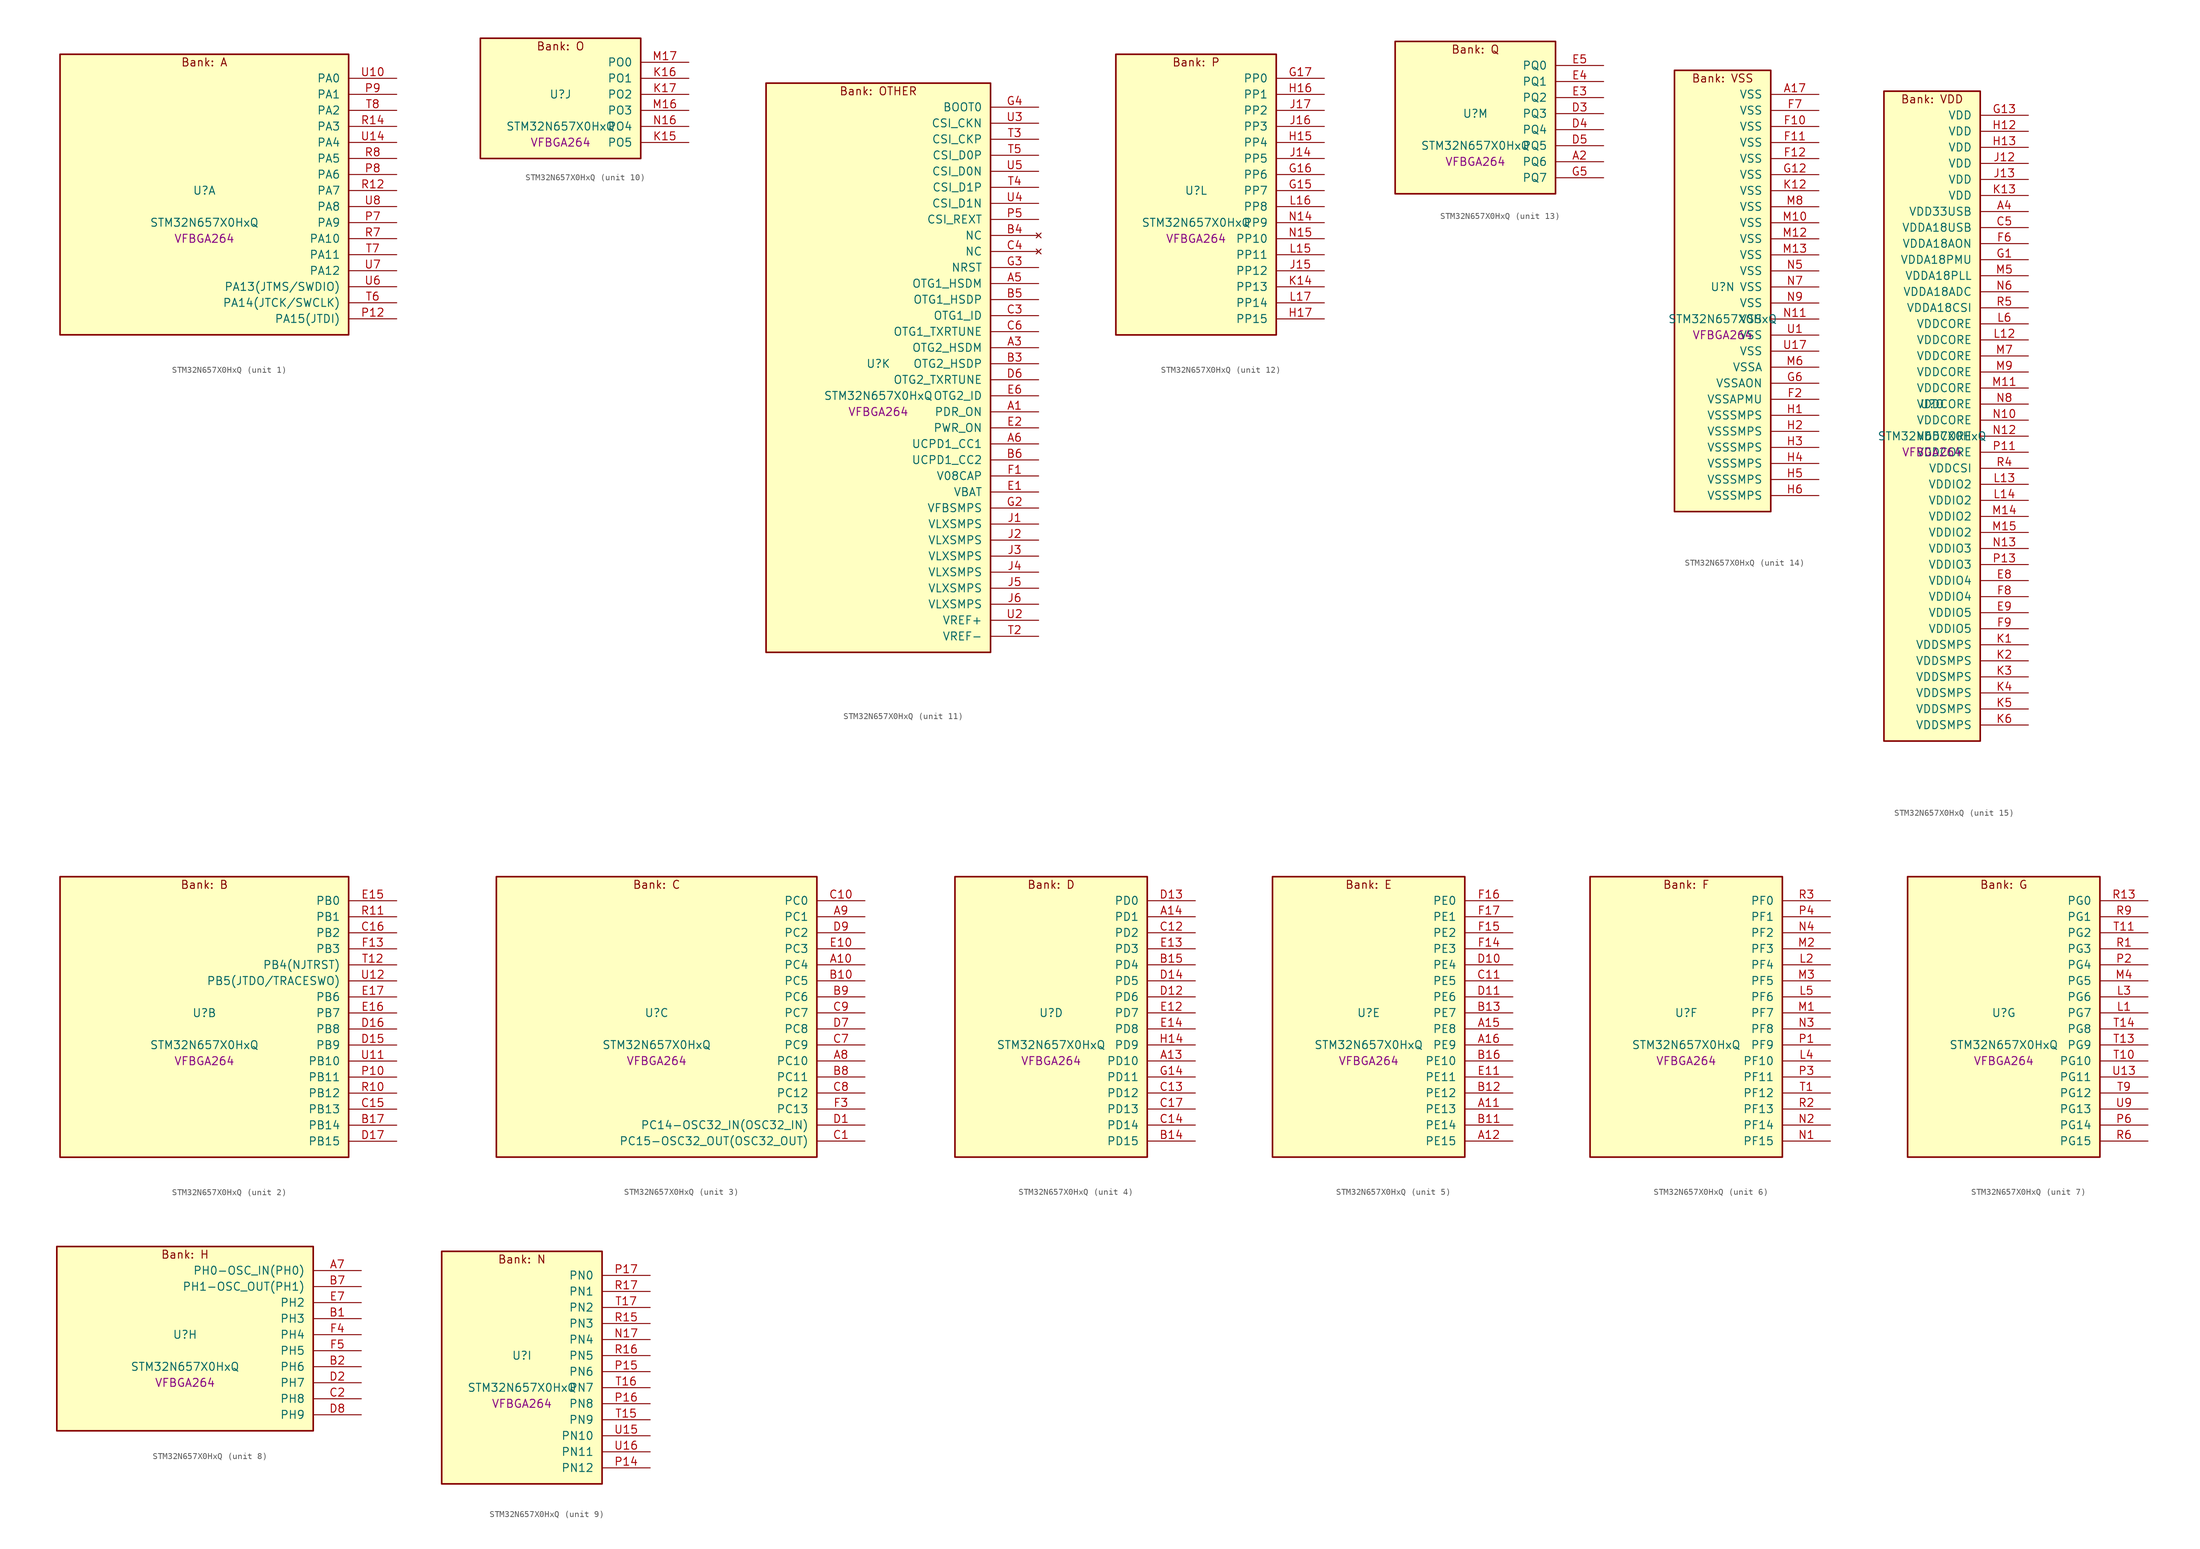
<source format=kicad_sym>
(kicad_symbol_lib
  (version 20241209)
  (generator "stm32_pkl_generator")
  (generator_version "1.0")
  (symbol "STM32N657X0HxQ"
    (pin_names
      (offset 1.27))
    (property "Reference" "U"
      (at 0 2.54 0))
    (property "Value" "STM32N657X0HxQ"
      (at 0 -2.54 0))
    (property "Footprint" "VFBGA264"
      (at 0 -5.08 0))
    (symbol "STM32N657X0HxQ_1_1"
      (rectangle (start -22.86 24.13) (end 22.86 -20.32) (stroke (width 0.254) (type solid)) (fill (type background)))
      (text "Bank: A" (at 0 22.86 0))
      (pin bidirectional line (at 30.48 20.32 180) (length 7.62) (name "PA0") (number "U10") (alternate "PA0/ADC1_INN1" bidirectional line) (alternate "PA0/ADC1_INP0" bidirectional line) (alternate "PA0/ADC2_INN1" bidirectional line) (alternate "PA0/ADC2_INP0" bidirectional line) (alternate "PA0/FMC_D7" bidirectional line) (alternate "PA0/FMC_DA7" bidirectional line) (alternate "PA0/HDP_HDP0" bidirectional line) (alternate "PA0/I2S6_WS" bidirectional line) (alternate "PA0/LTDC_G3" bidirectional line) (alternate "PA0/PWR_WKUP1" bidirectional line) (alternate "PA0/SAI2_SD_B" bidirectional line) (alternate "PA0/SDMMC2_CMD" bidirectional line) (alternate "PA0/SPI6_NSS" bidirectional line) (alternate "PA0/TIM15_BKIN" bidirectional line) (alternate "PA0/TIM2_CH1" bidirectional line) (alternate "PA0/TIM5_CH1" bidirectional line) (alternate "PA0/TIM9_CH1" bidirectional line) (alternate "PA0/UART4_TX" bidirectional line) (alternate "PA0/USART2_CTS" bidirectional line) (alternate "PA0/USART2_NSS" bidirectional line))
      (pin bidirectional line (at 30.48 17.78 180) (length 7.62) (name "PA1") (number "P9") (alternate "PA1/ADC1_INP1" bidirectional line) (alternate "PA1/ADC2_INP1" bidirectional line) (alternate "PA1/DCMIPP_D0" bidirectional line) (alternate "PA1/DCMI_D0" bidirectional line) (alternate "PA1/FMC_D6" bidirectional line) (alternate "PA1/FMC_DA6" bidirectional line) (alternate "PA1/HDP_HDP1" bidirectional line) (alternate "PA1/LPTIM3_IN1" bidirectional line) (alternate "PA1/LTDC_G2" bidirectional line) (alternate "PA1/PSSI_D0" bidirectional line) (alternate "PA1/SAI2_MCLK_B" bidirectional line) (alternate "PA1/TIM15_CH1N" bidirectional line) (alternate "PA1/TIM2_CH2" bidirectional line) (alternate "PA1/TIM5_CH2" bidirectional line) (alternate "PA1/UART4_RX" bidirectional line) (alternate "PA1/USART2_RTS" bidirectional line))
      (pin bidirectional line (at 30.48 15.24 180) (length 7.62) (name "PA2") (number "T8") (alternate "PA2/ADC1_INP14" bidirectional line) (alternate "PA2/ADC2_INP14" bidirectional line) (alternate "PA2/FMC_D5" bidirectional line) (alternate "PA2/FMC_DA5" bidirectional line) (alternate "PA2/HDP_HDP2" bidirectional line) (alternate "PA2/LPTIM3_IN2" bidirectional line) (alternate "PA2/LTDC_B7" bidirectional line) (alternate "PA2/MDIOS_MDIO" bidirectional line) (alternate "PA2/PWR_WKUP2" bidirectional line) (alternate "PA2/SAI2_SCK_B" bidirectional line) (alternate "PA2/TIM15_CH1" bidirectional line) (alternate "PA2/TIM2_CH3" bidirectional line) (alternate "PA2/TIM5_CH3" bidirectional line) (alternate "PA2/USART2_TX" bidirectional line))
      (pin bidirectional line (at 30.48 12.7 180) (length 7.62) (name "PA3") (number "R14") (alternate "PA3/FMC_A17" bidirectional line) (alternate "PA3/FMC_ALE" bidirectional line) (alternate "PA3/SAI1_SD_B" bidirectional line) (alternate "PA3/SPI5_NSS" bidirectional line) (alternate "PA3/TIM16_CH1" bidirectional line) (alternate "PA3/UART7_RX" bidirectional line))
      (pin bidirectional line (at 30.48 10.16 180) (length 7.62) (name "PA4") (number "U14") (alternate "PA4/DCMIPP_D3" bidirectional line) (alternate "PA4/DCMI_D3" bidirectional line) (alternate "PA4/FMC_A13" bidirectional line) (alternate "PA4/PSSI_D3" bidirectional line) (alternate "PA4/SPI5_MOSI" bidirectional line) (alternate "PA4/USART6_RX" bidirectional line))
      (pin bidirectional line (at 30.48 7.62 180) (length 7.62) (name "PA5") (number "R8") (alternate "PA5/ADC2_INP18" bidirectional line) (alternate "PA5/DCMIPP_D8" bidirectional line) (alternate "PA5/DCMI_D8" bidirectional line) (alternate "PA5/FMC_NOE" bidirectional line) (alternate "PA5/HDP_HDP5" bidirectional line) (alternate "PA5/I2S1_CK" bidirectional line) (alternate "PA5/I2S6_CK" bidirectional line) (alternate "PA5/I3C1_SCL" bidirectional line) (alternate "PA5/LTDC_CLK" bidirectional line) (alternate "PA5/PSSI_D8" bidirectional line) (alternate "PA5/PWR_CSTOP" bidirectional line) (alternate "PA5/SPI1_SCK" bidirectional line) (alternate "PA5/SPI6_SCK" bidirectional line) (alternate "PA5/TIM10_CH1" bidirectional line) (alternate "PA5/TIM2_CH1" bidirectional line) (alternate "PA5/TIM2_ETR" bidirectional line) (alternate "PA5/TIM9_CH2" bidirectional line))
      (pin bidirectional line (at 30.48 5.08 180) (length 7.62) (name "PA6") (number "P8") (alternate "PA6/ADC1_INP3" bidirectional line) (alternate "PA6/ADC2_INP3" bidirectional line) (alternate "PA6/BOOT1" bidirectional line) (alternate "PA6/DCMIPP_PIXCLK" bidirectional line) (alternate "PA6/DCMI_PIXCLK" bidirectional line) (alternate "PA6/HDP_HDP6" bidirectional line) (alternate "PA6/I2S1_SDI" bidirectional line) (alternate "PA6/I2S6_SDI" bidirectional line) (alternate "PA6/I3C1_SDA" bidirectional line) (alternate "PA6/LPTIM3_ETR" bidirectional line) (alternate "PA6/LTDC_B7" bidirectional line) (alternate "PA6/LTDC_HSYNC" bidirectional line) (alternate "PA6/MDIOS_MDC" bidirectional line) (alternate "PA6/PSSI_PDCK" bidirectional line) (alternate "PA6/SPI1_MISO" bidirectional line) (alternate "PA6/SPI6_MISO" bidirectional line) (alternate "PA6/TIM13_CH1" bidirectional line) (alternate "PA6/TIM1_BKIN" bidirectional line) (alternate "PA6/TIM3_CH1" bidirectional line))
      (pin bidirectional line (at 30.48 2.54 180) (length 7.62) (name "PA7") (number "R12") (alternate "PA7/HDP_HDP7" bidirectional line) (alternate "PA7/I2S1_SDO" bidirectional line) (alternate "PA7/I2S6_SDO" bidirectional line) (alternate "PA7/LTDC_B1" bidirectional line) (alternate "PA7/LTDC_R4" bidirectional line) (alternate "PA7/SPI1_MOSI" bidirectional line) (alternate "PA7/SPI6_MOSI" bidirectional line) (alternate "PA7/TIM14_CH1" bidirectional line) (alternate "PA7/TIM1_CH1N" bidirectional line) (alternate "PA7/TIM3_CH2" bidirectional line) (alternate "PA7/USART1_RX" bidirectional line))
      (pin bidirectional line (at 30.48 0 180) (length 7.62) (name "PA8") (number "U8") (alternate "PA8/ADC1_INP5" bidirectional line) (alternate "PA8/ADC2_INP5" bidirectional line) (alternate "PA8/FMC_D4" bidirectional line) (alternate "PA8/FMC_DA4" bidirectional line) (alternate "PA8/HDP_HDP0" bidirectional line) (alternate "PA8/I2C3_SCL" bidirectional line) (alternate "PA8/I3C2_SCL" bidirectional line) (alternate "PA8/LTDC_B6" bidirectional line) (alternate "PA8/RCC_MCO_1" bidirectional line) (alternate "PA8/TIM11_CH1" bidirectional line) (alternate "PA8/TIM1_CH1" bidirectional line) (alternate "PA8/UART7_RX" bidirectional line) (alternate "PA8/USART1_CK" bidirectional line))
      (pin bidirectional line (at 30.48 -2.54 180) (length 7.62) (name "PA9") (number "P7") (alternate "PA9/ADC1_INP10" bidirectional line) (alternate "PA9/ADC2_INP10" bidirectional line) (alternate "PA9/DCMIPP_D0" bidirectional line) (alternate "PA9/DCMI_D0" bidirectional line) (alternate "PA9/FMC_D3" bidirectional line) (alternate "PA9/FMC_DA3" bidirectional line) (alternate "PA9/HDP_HDP1" bidirectional line) (alternate "PA9/I2C3_SDA" bidirectional line) (alternate "PA9/I2S2_CK" bidirectional line) (alternate "PA9/I3C2_SDA" bidirectional line) (alternate "PA9/LPUART1_TX" bidirectional line) (alternate "PA9/LTDC_B5" bidirectional line) (alternate "PA9/PSSI_D0" bidirectional line) (alternate "PA9/SPI2_SCK" bidirectional line) (alternate "PA9/TIM1_CH2" bidirectional line) (alternate "PA9/USART1_TX" bidirectional line))
      (pin bidirectional line (at 30.48 -5.08 180) (length 7.62) (name "PA10") (number "R7") (alternate "PA10/ADC1_INN10" bidirectional line) (alternate "PA10/ADC1_INP11" bidirectional line) (alternate "PA10/ADC2_INN10" bidirectional line) (alternate "PA10/ADC2_INP11" bidirectional line) (alternate "PA10/DCMIPP_D1" bidirectional line) (alternate "PA10/DCMI_D1" bidirectional line) (alternate "PA10/FMC_D2" bidirectional line) (alternate "PA10/FMC_DA2" bidirectional line) (alternate "PA10/HDP_HDP2" bidirectional line) (alternate "PA10/LPUART1_RX" bidirectional line) (alternate "PA10/LTDC_B4" bidirectional line) (alternate "PA10/MDIOS_MDIO" bidirectional line) (alternate "PA10/PSSI_D1" bidirectional line) (alternate "PA10/PWR_CSLEEP" bidirectional line) (alternate "PA10/TIM1_CH3" bidirectional line) (alternate "PA10/USART1_RX" bidirectional line))
      (pin bidirectional line (at 30.48 -7.62 180) (length 7.62) (name "PA11") (number "T7") (alternate "PA11/ADC1_EXTI11" bidirectional line) (alternate "PA11/ADC1_INN11" bidirectional line) (alternate "PA11/ADC1_INP12" bidirectional line) (alternate "PA11/ADC2_EXTI11" bidirectional line) (alternate "PA11/ADC2_INN11" bidirectional line) (alternate "PA11/ADC2_INP12" bidirectional line) (alternate "PA11/FDCAN1_RX" bidirectional line) (alternate "PA11/FMC_D1" bidirectional line) (alternate "PA11/FMC_DA1" bidirectional line) (alternate "PA11/HDP_HDP3" bidirectional line) (alternate "PA11/I2S2_WS" bidirectional line) (alternate "PA11/LPUART1_CTS" bidirectional line) (alternate "PA11/LTDC_B3" bidirectional line) (alternate "PA11/SPI2_NSS" bidirectional line) (alternate "PA11/TIM1_CH4" bidirectional line) (alternate "PA11/UART4_RX" bidirectional line) (alternate "PA11/USART1_CTS" bidirectional line) (alternate "PA11/USART1_NSS" bidirectional line))
      (pin bidirectional line (at 30.48 -10.16 180) (length 7.62) (name "PA12") (number "U7") (alternate "PA12/ADC1_INN12" bidirectional line) (alternate "PA12/ADC1_INP13" bidirectional line) (alternate "PA12/ADC2_INN12" bidirectional line) (alternate "PA12/ADC2_INP13" bidirectional line) (alternate "PA12/FDCAN1_TX" bidirectional line) (alternate "PA12/FMC_D0" bidirectional line) (alternate "PA12/FMC_DA0" bidirectional line) (alternate "PA12/HDP_HDP4" bidirectional line) (alternate "PA12/I2S2_CK" bidirectional line) (alternate "PA12/LPUART1_RTS" bidirectional line) (alternate "PA12/LTDC_B2" bidirectional line) (alternate "PA12/SAI2_FS_B" bidirectional line) (alternate "PA12/SPI2_SCK" bidirectional line) (alternate "PA12/TIM1_ETR" bidirectional line) (alternate "PA12/UART4_TX" bidirectional line) (alternate "PA12/USART1_RTS" bidirectional line))
      (pin bidirectional line (at 30.48 -12.7 180) (length 7.62) (name "PA13(JTMS/SWDIO)") (number "U6") (alternate "PA13(JTMS/SWDIO)/DEBUG_JTMS-SWDIO" bidirectional line) (alternate "PA13(JTMS/SWDIO)/HDP_HDP5" bidirectional line))
      (pin bidirectional line (at 30.48 -15.24 180) (length 7.62) (name "PA14(JTCK/SWCLK)") (number "T6") (alternate "PA14(JTCK/SWCLK)/DEBUG_JTCK-SWCLK" bidirectional line) (alternate "PA14(JTCK/SWCLK)/HDP_HDP6" bidirectional line))
      (pin bidirectional line (at 30.48 -17.78 180) (length 7.62) (name "PA15(JTDI)") (number "P12") (alternate "PA15(JTDI)/ADC1_EXTI15" bidirectional line) (alternate "PA15(JTDI)/ADC2_EXTI15" bidirectional line) (alternate "PA15(JTDI)/DEBUG_JTDI" bidirectional line) (alternate "PA15(JTDI)/FMC_D15" bidirectional line) (alternate "PA15(JTDI)/FMC_DA15" bidirectional line) (alternate "PA15(JTDI)/HDP_HDP7" bidirectional line) (alternate "PA15(JTDI)/I2S1_WS" bidirectional line) (alternate "PA15(JTDI)/I2S3_WS" bidirectional line) (alternate "PA15(JTDI)/I2S6_WS" bidirectional line) (alternate "PA15(JTDI)/LTDC_R5" bidirectional line) (alternate "PA15(JTDI)/SPI1_NSS" bidirectional line) (alternate "PA15(JTDI)/SPI3_NSS" bidirectional line) (alternate "PA15(JTDI)/SPI6_NSS" bidirectional line) (alternate "PA15(JTDI)/TIM2_CH1" bidirectional line) (alternate "PA15(JTDI)/TIM2_ETR" bidirectional line) (alternate "PA15(JTDI)/UART4_DE" bidirectional line) (alternate "PA15(JTDI)/UART4_RTS" bidirectional line) (alternate "PA15(JTDI)/UART7_TX" bidirectional line)))
    (symbol "STM32N657X0HxQ_2_1"
      (rectangle (start -22.86 24.13) (end 22.86 -20.32) (stroke (width 0.254) (type solid)) (fill (type background)))
      (text "Bank: B" (at 0 22.86 0))
      (pin bidirectional line (at 30.48 20.32 180) (length 7.62) (name "PB0") (number "E15") (alternate "PB0/ADF1_SDI0" bidirectional line) (alternate "PB0/DCMIPP_D4" bidirectional line) (alternate "PB0/DCMI_D4" bidirectional line) (alternate "PB0/DEBUG_TRACED1" bidirectional line) (alternate "PB0/FMC_D13" bidirectional line) (alternate "PB0/FMC_DA13" bidirectional line) (alternate "PB0/MDF1_SDI2" bidirectional line) (alternate "PB0/PSSI_D4" bidirectional line) (alternate "PB0/SAI1_D2" bidirectional line) (alternate "PB0/SAI1_FS_A" bidirectional line) (alternate "PB0/SPI4_NSS" bidirectional line) (alternate "PB0/TIM15_CH1N" bidirectional line) (alternate "PB0/TIM1_CH4" bidirectional line))
      (pin bidirectional line (at 30.48 17.78 180) (length 7.62) (name "PB1") (number "R11") (alternate "PB1/FDCAN2_TX" bidirectional line) (alternate "PB1/FMC_NOE" bidirectional line) (alternate "PB1/HDP_HDP1" bidirectional line) (alternate "PB1/LTDC_R1" bidirectional line) (alternate "PB1/TIM1_CH3N" bidirectional line) (alternate "PB1/TIM3_CH4" bidirectional line) (alternate "PB1/TIM9_CH2" bidirectional line) (alternate "PB1/USART2_TX" bidirectional line))
      (pin bidirectional line (at 30.48 15.24 180) (length 7.62) (name "PB2") (number "C16") (alternate "PB2/ADF1_SDI0" bidirectional line) (alternate "PB2/FMC_D2" bidirectional line) (alternate "PB2/FMC_DA2" bidirectional line) (alternate "PB2/HDP_HDP2" bidirectional line) (alternate "PB2/I2S3_SDO" bidirectional line) (alternate "PB2/LTDC_B2" bidirectional line) (alternate "PB2/MDF1_SDI1" bidirectional line) (alternate "PB2/RTC_OUT2" bidirectional line) (alternate "PB2/SAI1_D1" bidirectional line) (alternate "PB2/SAI1_SD_A" bidirectional line) (alternate "PB2/SPI3_MOSI" bidirectional line) (alternate "PB2/TIM1_CH1" bidirectional line))
      (pin bidirectional line (at 30.48 12.7 180) (length 7.62) (name "PB3") (number "F13") (alternate "PB3/DEBUG_JTDO-SWO" bidirectional line) (alternate "PB3/DEBUG_TRACECLK" bidirectional line) (alternate "PB3/FMC_A23" bidirectional line) (alternate "PB3/FMC_NBL1" bidirectional line) (alternate "PB3/GFXTIM_FCKCAL" bidirectional line) (alternate "PB3/GFXTIM_LCKCAL" bidirectional line) (alternate "PB3/HDP_HDP0" bidirectional line) (alternate "PB3/MDF1_CKI1" bidirectional line) (alternate "PB3/SAI2_FS_B" bidirectional line) (alternate "PB3/TIM1_CH4N" bidirectional line) (alternate "PB3/USART1_CK" bidirectional line))
      (pin bidirectional line (at 30.48 10.16 180) (length 7.62) (name "PB4(NJTRST)") (number "T12") (alternate "PB4(NJTRST)/DCMIPP_VSYNC" bidirectional line) (alternate "PB4(NJTRST)/DCMI_VSYNC" bidirectional line) (alternate "PB4(NJTRST)/DEBUG_NJTRST" bidirectional line) (alternate "PB4(NJTRST)/FMC_D13" bidirectional line) (alternate "PB4(NJTRST)/FMC_DA13" bidirectional line) (alternate "PB4(NJTRST)/HDP_HDP4" bidirectional line) (alternate "PB4(NJTRST)/I2S1_SDI" bidirectional line) (alternate "PB4(NJTRST)/I2S2_WS" bidirectional line) (alternate "PB4(NJTRST)/I2S3_SDI" bidirectional line) (alternate "PB4(NJTRST)/I2S6_SDI" bidirectional line) (alternate "PB4(NJTRST)/LPTIM4_ETR" bidirectional line) (alternate "PB4(NJTRST)/LTDC_R3" bidirectional line) (alternate "PB4(NJTRST)/PSSI_RDY" bidirectional line) (alternate "PB4(NJTRST)/SDMMC2_D3" bidirectional line) (alternate "PB4(NJTRST)/SPI1_MISO" bidirectional line) (alternate "PB4(NJTRST)/SPI2_NSS" bidirectional line) (alternate "PB4(NJTRST)/SPI3_MISO" bidirectional line) (alternate "PB4(NJTRST)/SPI6_MISO" bidirectional line) (alternate "PB4(NJTRST)/TIM16_BKIN" bidirectional line) (alternate "PB4(NJTRST)/TIM3_CH1" bidirectional line) (alternate "PB4(NJTRST)/UART7_TX" bidirectional line))
      (pin bidirectional line (at 30.48 7.62 180) (length 7.62) (name "PB5(JTDO/TRACESWO)") (number "U12") (alternate "PB5(JTDO/TRACESWO)/DCMIPP_D10" bidirectional line) (alternate "PB5(JTDO/TRACESWO)/DCMI_D10" bidirectional line) (alternate "PB5(JTDO/TRACESWO)/DEBUG_JTDO-SWO" bidirectional line) (alternate "PB5(JTDO/TRACESWO)/FDCAN2_RX" bidirectional line) (alternate "PB5(JTDO/TRACESWO)/FMC_D12" bidirectional line) (alternate "PB5(JTDO/TRACESWO)/FMC_DA12" bidirectional line) (alternate "PB5(JTDO/TRACESWO)/HDP_HDP5" bidirectional line) (alternate "PB5(JTDO/TRACESWO)/I2C1_SMBA" bidirectional line) (alternate "PB5(JTDO/TRACESWO)/I2S1_SDO" bidirectional line) (alternate "PB5(JTDO/TRACESWO)/I2S3_SDO" bidirectional line) (alternate "PB5(JTDO/TRACESWO)/I2S6_SDO" bidirectional line) (alternate "PB5(JTDO/TRACESWO)/LPTIM4_OUT" bidirectional line) (alternate "PB5(JTDO/TRACESWO)/LTDC_R2" bidirectional line) (alternate "PB5(JTDO/TRACESWO)/PSSI_D10" bidirectional line) (alternate "PB5(JTDO/TRACESWO)/SPI1_MOSI" bidirectional line) (alternate "PB5(JTDO/TRACESWO)/SPI3_MOSI" bidirectional line) (alternate "PB5(JTDO/TRACESWO)/SPI6_MOSI" bidirectional line) (alternate "PB5(JTDO/TRACESWO)/TIM17_BKIN" bidirectional line) (alternate "PB5(JTDO/TRACESWO)/TIM3_CH2" bidirectional line) (alternate "PB5(JTDO/TRACESWO)/UART5_RX" bidirectional line))
      (pin bidirectional line (at 30.48 5.08 180) (length 7.62) (name "PB6") (number "E17") (alternate "PB6/ADF1_CCK1" bidirectional line) (alternate "PB6/DCMIPP_D6" bidirectional line) (alternate "PB6/DCMI_D6" bidirectional line) (alternate "PB6/DEBUG_TRACED2" bidirectional line) (alternate "PB6/FMC_D14" bidirectional line) (alternate "PB6/FMC_DA14" bidirectional line) (alternate "PB6/MDF1_CCK1" bidirectional line) (alternate "PB6/PSSI_D6" bidirectional line) (alternate "PB6/SAI1_CK2" bidirectional line) (alternate "PB6/SAI1_SCK_A" bidirectional line) (alternate "PB6/SPI4_MISO" bidirectional line) (alternate "PB6/TIM15_CH1" bidirectional line))
      (pin bidirectional line (at 30.48 2.54 180) (length 7.62) (name "PB7") (number "E16") (alternate "PB7/ADF1_SDI0" bidirectional line) (alternate "PB7/DCMIPP_D7" bidirectional line) (alternate "PB7/DCMI_D7" bidirectional line) (alternate "PB7/DEBUG_TRACED3" bidirectional line) (alternate "PB7/FMC_D15" bidirectional line) (alternate "PB7/FMC_DA15" bidirectional line) (alternate "PB7/MDF1_SDI1" bidirectional line) (alternate "PB7/PSSI_D7" bidirectional line) (alternate "PB7/SAI1_D1" bidirectional line) (alternate "PB7/SAI1_SD_A" bidirectional line) (alternate "PB7/SAI2_MCLK_B" bidirectional line) (alternate "PB7/SPI4_MOSI" bidirectional line) (alternate "PB7/TIM15_CH2" bidirectional line) (alternate "PB7/TIM1_BKIN2" bidirectional line))
      (pin bidirectional line (at 30.48 0 180) (length 7.62) (name "PB8") (number "D16") (alternate "PB8/DCMIPP_VSYNC" bidirectional line) (alternate "PB8/DCMI_VSYNC" bidirectional line) (alternate "PB8/FMC_D1" bidirectional line) (alternate "PB8/FMC_DA1" bidirectional line) (alternate "PB8/I2S1_SDI" bidirectional line) (alternate "PB8/PSSI_RDY" bidirectional line) (alternate "PB8/SAI2_FS_B" bidirectional line) (alternate "PB8/SDMMC2_D0" bidirectional line) (alternate "PB8/SPDIFRX1_IN3" bidirectional line) (alternate "PB8/SPI1_MISO" bidirectional line) (alternate "PB8/USART6_RX" bidirectional line))
      (pin bidirectional line (at 30.48 -2.54 180) (length 7.62) (name "PB9") (number "D15") (alternate "PB9/DCMIPP_D3" bidirectional line) (alternate "PB9/DCMI_D3" bidirectional line) (alternate "PB9/FMC_D3" bidirectional line) (alternate "PB9/FMC_DA3" bidirectional line) (alternate "PB9/I2S1_CK" bidirectional line) (alternate "PB9/LPTIM1_IN2" bidirectional line) (alternate "PB9/PSSI_D3" bidirectional line) (alternate "PB9/SDMMC2_D2" bidirectional line) (alternate "PB9/SPDIFRX1_IN0" bidirectional line) (alternate "PB9/SPI1_SCK" bidirectional line) (alternate "PB9/USART10_TX" bidirectional line))
      (pin bidirectional line (at 30.48 -5.08 180) (length 7.62) (name "PB10") (number "U11") (alternate "PB10/ADC1_INN4" bidirectional line) (alternate "PB10/ADC1_INP8" bidirectional line) (alternate "PB10/ADC2_INN4" bidirectional line) (alternate "PB10/ADC2_INP8" bidirectional line) (alternate "PB10/FMC_D11" bidirectional line) (alternate "PB10/FMC_DA11" bidirectional line) (alternate "PB10/HDP_HDP2" bidirectional line) (alternate "PB10/I2C2_SCL" bidirectional line) (alternate "PB10/I2S2_CK" bidirectional line) (alternate "PB10/I3C2_SCL" bidirectional line) (alternate "PB10/LPTIM2_IN1" bidirectional line) (alternate "PB10/LTDC_G7" bidirectional line) (alternate "PB10/SPI2_SCK" bidirectional line) (alternate "PB10/TIM2_CH3" bidirectional line) (alternate "PB10/USART3_TX" bidirectional line))
      (pin bidirectional line (at 30.48 -7.62 180) (length 7.62) (name "PB11") (number "P10") (alternate "PB11/ADC1_EXTI11" bidirectional line) (alternate "PB11/ADC1_INP4" bidirectional line) (alternate "PB11/ADC2_EXTI11" bidirectional line) (alternate "PB11/ADC2_INP4" bidirectional line) (alternate "PB11/FMC_D10" bidirectional line) (alternate "PB11/FMC_DA10" bidirectional line) (alternate "PB11/HDP_HDP3" bidirectional line) (alternate "PB11/I2C2_SDA" bidirectional line) (alternate "PB11/I3C2_SDA" bidirectional line) (alternate "PB11/LPTIM2_ETR" bidirectional line) (alternate "PB11/LTDC_G6" bidirectional line) (alternate "PB11/TIM2_CH4" bidirectional line) (alternate "PB11/USART3_RX" bidirectional line))
      (pin bidirectional line (at 30.48 -10.16 180) (length 7.62) (name "PB12") (number "R10") (alternate "PB12/FDCAN2_RX" bidirectional line) (alternate "PB12/FMC_D9" bidirectional line) (alternate "PB12/FMC_DA9" bidirectional line) (alternate "PB12/HDP_HDP4" bidirectional line) (alternate "PB12/I2C2_SMBA" bidirectional line) (alternate "PB12/I2S2_WS" bidirectional line) (alternate "PB12/LPTIM2_IN2" bidirectional line) (alternate "PB12/LTDC_G5" bidirectional line) (alternate "PB12/SPI2_NSS" bidirectional line) (alternate "PB12/TIM1_BKIN" bidirectional line) (alternate "PB12/UART5_RX" bidirectional line) (alternate "PB12/USART3_CK" bidirectional line))
      (pin bidirectional line (at 30.48 -12.7 180) (length 7.62) (name "PB13") (number "C15") (alternate "PB13/DEBUG_TRACED0" bidirectional line) (alternate "PB13/FMC_D5" bidirectional line) (alternate "PB13/FMC_DA5" bidirectional line) (alternate "PB13/I2S6_CK" bidirectional line) (alternate "PB13/LPTIM1_CH1" bidirectional line) (alternate "PB13/LTDC_CLK" bidirectional line) (alternate "PB13/SDMMC2_D6" bidirectional line) (alternate "PB13/SPI6_SCK" bidirectional line) (alternate "PB13/TIM8_CH3N" bidirectional line) (alternate "PB13/USART10_CTS" bidirectional line) (alternate "PB13/USART10_NSS" bidirectional line) (alternate "PB13/USART6_CTS" bidirectional line) (alternate "PB13/USART6_NSS" bidirectional line))
      (pin bidirectional line (at 30.48 -15.24 180) (length 7.62) (name "PB14") (number "B17") (alternate "PB14/DCMIPP_D10" bidirectional line) (alternate "PB14/DCMI_D10" bidirectional line) (alternate "PB14/FMC_D7" bidirectional line) (alternate "PB14/FMC_DA7" bidirectional line) (alternate "PB14/LPTIM1_CH2" bidirectional line) (alternate "PB14/LTDC_HSYNC" bidirectional line) (alternate "PB14/PSSI_D10" bidirectional line) (alternate "PB14/TIM8_CH4N" bidirectional line) (alternate "PB14/USART10_CK" bidirectional line) (alternate "PB14/USART6_CTS" bidirectional line) (alternate "PB14/USART6_NSS" bidirectional line))
      (pin bidirectional line (at 30.48 -17.78 180) (length 7.62) (name "PB15") (number "D17") (alternate "PB15/ADC1_EXTI15" bidirectional line) (alternate "PB15/ADC2_EXTI15" bidirectional line) (alternate "PB15/FMC_D0" bidirectional line) (alternate "PB15/FMC_DA0" bidirectional line) (alternate "PB15/I2S6_WS" bidirectional line) (alternate "PB15/LTDC_G4" bidirectional line) (alternate "PB15/SPDIFRX1_IN2" bidirectional line) (alternate "PB15/SPI6_NSS" bidirectional line) (alternate "PB15/USART6_RTS" bidirectional line)))
    (symbol "STM32N657X0HxQ_3_1"
      (rectangle (start -25.4 24.13) (end 25.4 -20.32) (stroke (width 0.254) (type solid)) (fill (type background)))
      (text "Bank: C" (at 0 22.86 0))
      (pin bidirectional line (at 33.02 20.32 180) (length 7.62) (name "PC0") (number "C10") (alternate "PC0/DCMIPP_HSYNC" bidirectional line) (alternate "PC0/DCMI_HSYNC" bidirectional line) (alternate "PC0/FMC_D14" bidirectional line) (alternate "PC0/FMC_DA14" bidirectional line) (alternate "PC0/HDP_HDP3" bidirectional line) (alternate "PC0/I2S1_CK" bidirectional line) (alternate "PC0/I2S3_CK" bidirectional line) (alternate "PC0/I2S6_CK" bidirectional line) (alternate "PC0/LPTIM4_IN1" bidirectional line) (alternate "PC0/LTDC_R4" bidirectional line) (alternate "PC0/MDF1_CKI1" bidirectional line) (alternate "PC0/PSSI_DE" bidirectional line) (alternate "PC0/SDMMC2_D2" bidirectional line) (alternate "PC0/SPI1_SCK" bidirectional line) (alternate "PC0/SPI3_SCK" bidirectional line) (alternate "PC0/SPI6_SCK" bidirectional line) (alternate "PC0/TIM2_CH2" bidirectional line) (alternate "PC0/UART7_RX" bidirectional line))
      (pin bidirectional line (at 33.02 17.78 180) (length 7.62) (name "PC1") (number "A9") (alternate "PC1/DCMIPP_D7" bidirectional line) (alternate "PC1/DCMI_D7" bidirectional line) (alternate "PC1/FDCAN1_TX" bidirectional line) (alternate "PC1/HDP_HDP1" bidirectional line) (alternate "PC1/I2C1_SDA" bidirectional line) (alternate "PC1/I2S2_WS" bidirectional line) (alternate "PC1/I3C1_SDA" bidirectional line) (alternate "PC1/PSSI_D7" bidirectional line) (alternate "PC1/SDMMC1_CDIR" bidirectional line) (alternate "PC1/SDMMC1_D5" bidirectional line) (alternate "PC1/SDMMC2_D5" bidirectional line) (alternate "PC1/SPI2_NSS" bidirectional line) (alternate "PC1/TIM17_CH1" bidirectional line) (alternate "PC1/TIM4_CH4" bidirectional line) (alternate "PC1/UART4_TX" bidirectional line))
      (pin bidirectional line (at 33.02 15.24 180) (length 7.62) (name "PC2") (number "D9") (alternate "PC2/ADF1_SDI0" bidirectional line) (alternate "PC2/DCMIPP_D13" bidirectional line) (alternate "PC2/DCMI_D13" bidirectional line) (alternate "PC2/FMC_NE3" bidirectional line) (alternate "PC2/I2S3_SDO" bidirectional line) (alternate "PC2/MDF1_SDI1" bidirectional line) (alternate "PC2/PSSI_D13" bidirectional line) (alternate "PC2/SAI1_D1" bidirectional line) (alternate "PC2/SAI1_SCK_A" bidirectional line) (alternate "PC2/SDMMC2_CK" bidirectional line) (alternate "PC2/SPI3_MOSI" bidirectional line) (alternate "PC2/USART2_RX" bidirectional line))
      (pin bidirectional line (at 33.02 12.7 180) (length 7.62) (name "PC3") (number "E10") (alternate "PC3/DCMIPP_D2" bidirectional line) (alternate "PC3/DCMI_D2" bidirectional line) (alternate "PC3/FMC_D8" bidirectional line) (alternate "PC3/FMC_DA8" bidirectional line) (alternate "PC3/I2S1_SDO" bidirectional line) (alternate "PC3/PSSI_D2" bidirectional line) (alternate "PC3/SDMMC2_CMD" bidirectional line) (alternate "PC3/SPDIFRX1_IN0" bidirectional line) (alternate "PC3/SPI1_MOSI" bidirectional line) (alternate "PC3/USART2_CK" bidirectional line))
      (pin bidirectional line (at 33.02 10.16 180) (length 7.62) (name "PC4") (number "A10") (alternate "PC4/FMC_NE1" bidirectional line) (alternate "PC4/HDP_HDP6" bidirectional line) (alternate "PC4/I2S2_SDI" bidirectional line) (alternate "PC4/LPTIM2_CH2" bidirectional line) (alternate "PC4/LTDC_DE" bidirectional line) (alternate "PC4/LTDC_VSYNC" bidirectional line) (alternate "PC4/SDMMC2_D0" bidirectional line) (alternate "PC4/SPI2_MISO" bidirectional line) (alternate "PC4/TIM12_CH1" bidirectional line) (alternate "PC4/TIM1_CH2N" bidirectional line) (alternate "PC4/UART4_DE" bidirectional line) (alternate "PC4/UART4_RTS" bidirectional line) (alternate "PC4/USART1_TX" bidirectional line) (alternate "PC4/USART3_RTS" bidirectional line))
      (pin bidirectional line (at 33.02 7.62 180) (length 7.62) (name "PC5") (number "B10") (alternate "PC5/DCMIPP_D2" bidirectional line) (alternate "PC5/DCMI_D2" bidirectional line) (alternate "PC5/FMC_NWE" bidirectional line) (alternate "PC5/I2S1_WS" bidirectional line) (alternate "PC5/PSSI_D2" bidirectional line) (alternate "PC5/SAI2_SD_B" bidirectional line) (alternate "PC5/SDMMC2_D1" bidirectional line) (alternate "PC5/SPI1_NSS" bidirectional line))
      (pin bidirectional line (at 33.02 5.08 180) (length 7.62) (name "PC6") (number "B9") (alternate "PC6/DCMIPP_D1" bidirectional line) (alternate "PC6/DCMI_D1" bidirectional line) (alternate "PC6/HDP_HDP6" bidirectional line) (alternate "PC6/I2S2_MCK" bidirectional line) (alternate "PC6/PSSI_D1" bidirectional line) (alternate "PC6/SDMMC1_D0DIR" bidirectional line) (alternate "PC6/SDMMC1_D6" bidirectional line) (alternate "PC6/SDMMC2_D6" bidirectional line) (alternate "PC6/TIM1_CH1" bidirectional line) (alternate "PC6/TIM3_CH1" bidirectional line) (alternate "PC6/TIM9_CH1" bidirectional line) (alternate "PC6/USART6_TX" bidirectional line))
      (pin bidirectional line (at 33.02 2.54 180) (length 7.62) (name "PC7") (number "C9") (alternate "PC7/DCMIPP_D1" bidirectional line) (alternate "PC7/DCMI_D1" bidirectional line) (alternate "PC7/DEBUG_TRGIO" bidirectional line) (alternate "PC7/HDP_HDP7" bidirectional line) (alternate "PC7/I2S3_MCK" bidirectional line) (alternate "PC7/PSSI_D1" bidirectional line) (alternate "PC7/SDMMC1_D123DIR" bidirectional line) (alternate "PC7/SDMMC1_D7" bidirectional line) (alternate "PC7/SDMMC2_D7" bidirectional line) (alternate "PC7/TIM16_CH1N" bidirectional line) (alternate "PC7/TIM3_CH2" bidirectional line) (alternate "PC7/TIM9_CH2" bidirectional line) (alternate "PC7/USART6_RX" bidirectional line))
      (pin bidirectional line (at 33.02 0 180) (length 7.62) (name "PC8") (number "D7") (alternate "PC8/DCMIPP_D2" bidirectional line) (alternate "PC8/DCMI_D2" bidirectional line) (alternate "PC8/DEBUG_TRACED1" bidirectional line) (alternate "PC8/FMC_NE4" bidirectional line) (alternate "PC8/HDP_HDP0" bidirectional line) (alternate "PC8/I2C3_SMBA" bidirectional line) (alternate "PC8/LTDC_B0" bidirectional line) (alternate "PC8/PSSI_D2" bidirectional line) (alternate "PC8/SDMMC1_D0" bidirectional line) (alternate "PC8/TIM3_CH3" bidirectional line) (alternate "PC8/UART5_DE" bidirectional line) (alternate "PC8/UART5_RTS" bidirectional line) (alternate "PC8/UCPD1_FRSTX1" bidirectional line) (alternate "PC8/USART6_CK" bidirectional line))
      (pin bidirectional line (at 33.02 -2.54 180) (length 7.62) (name "PC9") (number "C7") (alternate "PC9/AUDIOCLK" bidirectional line) (alternate "PC9/DCMIPP_D3" bidirectional line) (alternate "PC9/DCMI_D3" bidirectional line) (alternate "PC9/HDP_HDP1" bidirectional line) (alternate "PC9/I2C3_SDA" bidirectional line) (alternate "PC9/LTDC_B3" bidirectional line) (alternate "PC9/PSSI_D3" bidirectional line) (alternate "PC9/RCC_MCO_2" bidirectional line) (alternate "PC9/SDMMC1_D1" bidirectional line) (alternate "PC9/TIM3_CH4" bidirectional line) (alternate "PC9/UART5_CTS" bidirectional line) (alternate "PC9/UCPD1_FRSTX2" bidirectional line) (alternate "PC9/USART6_RX" bidirectional line))
      (pin bidirectional line (at 33.02 -5.08 180) (length 7.62) (name "PC10") (number "A8") (alternate "PC10/DCMIPP_D14" bidirectional line) (alternate "PC10/FMC_CLK" bidirectional line) (alternate "PC10/HDP_HDP2" bidirectional line) (alternate "PC10/I2C4_SCL" bidirectional line) (alternate "PC10/I2S3_CK" bidirectional line) (alternate "PC10/I3C2_SCL" bidirectional line) (alternate "PC10/PSSI_D14" bidirectional line) (alternate "PC10/SDMMC1_D2" bidirectional line) (alternate "PC10/SPI3_SCK" bidirectional line) (alternate "PC10/TIM1_BKIN" bidirectional line) (alternate "PC10/UART4_TX" bidirectional line) (alternate "PC10/USART3_TX" bidirectional line))
      (pin bidirectional line (at 33.02 -7.62 180) (length 7.62) (name "PC11") (number "B8") (alternate "PC11/ADC1_EXTI11" bidirectional line) (alternate "PC11/ADC2_EXTI11" bidirectional line) (alternate "PC11/DCMIPP_D4" bidirectional line) (alternate "PC11/DCMI_D4" bidirectional line) (alternate "PC11/HDP_HDP3" bidirectional line) (alternate "PC11/I2C4_SDA" bidirectional line) (alternate "PC11/I2S3_SDI" bidirectional line) (alternate "PC11/I3C2_SDA" bidirectional line) (alternate "PC11/PSSI_D4" bidirectional line) (alternate "PC11/SDMMC1_D3" bidirectional line) (alternate "PC11/SPI3_MISO" bidirectional line) (alternate "PC11/UART4_RX" bidirectional line) (alternate "PC11/USART3_RX" bidirectional line))
      (pin bidirectional line (at 33.02 -10.16 180) (length 7.62) (name "PC12") (number "C8") (alternate "PC12/DCMIPP_D9" bidirectional line) (alternate "PC12/DCMI_D9" bidirectional line) (alternate "PC12/DEBUG_TRACED3" bidirectional line) (alternate "PC12/FMC_NL" bidirectional line) (alternate "PC12/HDP_HDP4" bidirectional line) (alternate "PC12/I2S3_SDO" bidirectional line) (alternate "PC12/I2S6_CK" bidirectional line) (alternate "PC12/PSSI_D9" bidirectional line) (alternate "PC12/SDMMC1_CK" bidirectional line) (alternate "PC12/SPI3_MOSI" bidirectional line) (alternate "PC12/SPI6_SCK" bidirectional line) (alternate "PC12/TIM15_CH1" bidirectional line) (alternate "PC12/TIM1_CH4" bidirectional line) (alternate "PC12/UART5_TX" bidirectional line) (alternate "PC12/USART3_CK" bidirectional line))
      (pin bidirectional line (at 33.02 -12.7 180) (length 7.62) (name "PC13") (number "F3") (alternate "PC13/HDP_HDP5" bidirectional line) (alternate "PC13/PWR_WKUP3" bidirectional line) (alternate "PC13/RTC_OUT1" bidirectional line) (alternate "PC13/RTC_TS" bidirectional line) (alternate "PC13/TAMP_IN1" bidirectional line) (alternate "PC13/TAMP_OUT2" bidirectional line))
      (pin bidirectional line (at 33.02 -15.24 180) (length 7.62) (name "PC14-OSC32_IN(OSC32_IN)") (number "D1") (alternate "PC14-OSC32_IN(OSC32_IN)/RCC_OSC32_IN" bidirectional line))
      (pin bidirectional line (at 33.02 -17.78 180) (length 7.62) (name "PC15-OSC32_OUT(OSC32_OUT)") (number "C1") (alternate "PC15-OSC32_OUT(OSC32_OUT)/ADC1_EXTI15" bidirectional line) (alternate "PC15-OSC32_OUT(OSC32_OUT)/ADC2_EXTI15" bidirectional line) (alternate "PC15-OSC32_OUT(OSC32_OUT)/RCC_OSC32_OUT" bidirectional line)))
    (symbol "STM32N657X0HxQ_4_1"
      (rectangle (start -15.24 24.13) (end 15.24 -20.32) (stroke (width 0.254) (type solid)) (fill (type background)))
      (text "Bank: D" (at 0 22.86 0))
      (pin bidirectional line (at 22.86 20.32 180) (length 7.62) (name "PD0") (number "D13") (alternate "PD0/DCMIPP_HSYNC" bidirectional line) (alternate "PD0/DCMI_HSYNC" bidirectional line) (alternate "PD0/FDCAN1_RX" bidirectional line) (alternate "PD0/FMC_A6" bidirectional line) (alternate "PD0/FMC_A22" bidirectional line) (alternate "PD0/PSSI_DE" bidirectional line) (alternate "PD0/TIM1_ETR" bidirectional line) (alternate "PD0/UART4_RX" bidirectional line) (alternate "PD0/UART9_CTS" bidirectional line))
      (pin bidirectional line (at 22.86 17.78 180) (length 7.62) (name "PD1") (number "A14") (alternate "PD1/ETH1_MDC" bidirectional line) (alternate "PD1/FDCAN1_TX" bidirectional line) (alternate "PD1/FMC_A7" bidirectional line) (alternate "PD1/FMC_A23" bidirectional line) (alternate "PD1/UART4_TX" bidirectional line))
      (pin bidirectional line (at 22.86 15.24 180) (length 7.62) (name "PD2") (number "C12") (alternate "PD2/ADF1_SDI0" bidirectional line) (alternate "PD2/DEBUG_TRACED0" bidirectional line) (alternate "PD2/FMC_A0" bidirectional line) (alternate "PD2/FMC_A16" bidirectional line) (alternate "PD2/FMC_CLE" bidirectional line) (alternate "PD2/HDP_HDP1" bidirectional line) (alternate "PD2/I2S2_SDO" bidirectional line) (alternate "PD2/MDF1_SDI1" bidirectional line) (alternate "PD2/MDIOS_MDC" bidirectional line) (alternate "PD2/PWR_WKUP4" bidirectional line) (alternate "PD2/SAI1_D1" bidirectional line) (alternate "PD2/SAI1_SD_A" bidirectional line) (alternate "PD2/SDMMC2_CK" bidirectional line) (alternate "PD2/SPI2_MOSI" bidirectional line) (alternate "PD2/TIM15_CH1N" bidirectional line) (alternate "PD2/TIM1_CH3" bidirectional line))
      (pin bidirectional line (at 22.86 12.7 180) (length 7.62) (name "PD3") (number "E13") (alternate "PD3/DCMIPP_D14" bidirectional line) (alternate "PD3/ETH1_PHY_INTN" bidirectional line) (alternate "PD3/FMC_A10" bidirectional line) (alternate "PD3/I2C2_SMBA" bidirectional line) (alternate "PD3/PSSI_D14" bidirectional line) (alternate "PD3/USART10_RX" bidirectional line) (alternate "PD3/USART6_CTS" bidirectional line))
      (pin bidirectional line (at 22.86 10.16 180) (length 7.62) (name "PD4") (number "B15") (alternate "PD4/DCMIPP_D9" bidirectional line) (alternate "PD4/DCMI_D9" bidirectional line) (alternate "PD4/FMC_A11" bidirectional line) (alternate "PD4/I2C2_SDA" bidirectional line) (alternate "PD4/PSSI_D9" bidirectional line) (alternate "PD4/SPI5_MISO" bidirectional line) (alternate "PD4/TAMP_IN7" bidirectional line) (alternate "PD4/TAMP_OUT8" bidirectional line) (alternate "PD4/TIM1_BKIN2" bidirectional line) (alternate "PD4/USART6_RTS" bidirectional line))
      (pin bidirectional line (at 22.86 7.62 180) (length 7.62) (name "PD5") (number "D14") (alternate "PD5/DCMIPP_PIXCLK" bidirectional line) (alternate "PD5/DCMI_PIXCLK" bidirectional line) (alternate "PD5/FMC_D6" bidirectional line) (alternate "PD5/FMC_DA6" bidirectional line) (alternate "PD5/PSSI_PDCK" bidirectional line) (alternate "PD5/SDMMC2_D7" bidirectional line) (alternate "PD5/TIM1_CH4N" bidirectional line) (alternate "PD5/USART2_TX" bidirectional line))
      (pin bidirectional line (at 22.86 5.08 180) (length 7.62) (name "PD6") (number "D12") (alternate "PD6/FMC_A1" bidirectional line) (alternate "PD6/FMC_A17" bidirectional line) (alternate "PD6/FMC_ALE" bidirectional line) (alternate "PD6/HDP_HDP2" bidirectional line) (alternate "PD6/I2S2_SDI" bidirectional line) (alternate "PD6/SPI2_MISO" bidirectional line) (alternate "PD6/TIM15_CH2" bidirectional line) (alternate "PD6/TIM1_CH1" bidirectional line))
      (pin bidirectional line (at 22.86 2.54 180) (length 7.62) (name "PD7") (number "E12") (alternate "PD7/DCMIPP_D0" bidirectional line) (alternate "PD7/DCMI_D0" bidirectional line) (alternate "PD7/FMC_A2" bidirectional line) (alternate "PD7/FMC_A18" bidirectional line) (alternate "PD7/HDP_HDP3" bidirectional line) (alternate "PD7/I2S2_SDO" bidirectional line) (alternate "PD7/I2S3_WS" bidirectional line) (alternate "PD7/PSSI_D0" bidirectional line) (alternate "PD7/SPI2_MOSI" bidirectional line) (alternate "PD7/SPI3_NSS" bidirectional line) (alternate "PD7/TIM15_CH1N" bidirectional line) (alternate "PD7/TIM1_CH2" bidirectional line))
      (pin bidirectional line (at 22.86 0 180) (length 7.62) (name "PD8") (number "E14") (alternate "PD8/DCMIPP_D11" bidirectional line) (alternate "PD8/DCMI_D11" bidirectional line) (alternate "PD8/FMC_NBL0" bidirectional line) (alternate "PD8/LTDC_R7" bidirectional line) (alternate "PD8/PSSI_D11" bidirectional line) (alternate "PD8/SPDIFRX1_IN1" bidirectional line) (alternate "PD8/TAMP_IN3" bidirectional line) (alternate "PD8/TAMP_OUT4" bidirectional line) (alternate "PD8/USART3_TX" bidirectional line))
      (pin bidirectional line (at 22.86 -2.54 180) (length 7.62) (name "PD9") (number "H14") (alternate "PD9/DCMIPP_D11" bidirectional line) (alternate "PD9/DCMI_D11" bidirectional line) (alternate "PD9/FMC_SDCLK" bidirectional line) (alternate "PD9/LTDC_R1" bidirectional line) (alternate "PD9/PSSI_D11" bidirectional line) (alternate "PD9/TAMP_IN5" bidirectional line) (alternate "PD9/TAMP_OUT6" bidirectional line) (alternate "PD9/USART3_RX" bidirectional line))
      (pin bidirectional line (at 22.86 -5.08 180) (length 7.62) (name "PD10") (number "A13") (alternate "PD10/DEBUG_TRACECLK" bidirectional line) (alternate "PD10/FMC_A3" bidirectional line) (alternate "PD10/FMC_A19" bidirectional line) (alternate "PD10/GFXTIM_TE" bidirectional line) (alternate "PD10/HDP_HDP4" bidirectional line) (alternate "PD10/I2S1_MCK" bidirectional line) (alternate "PD10/MDF1_CKI3" bidirectional line) (alternate "PD10/SAI2_FS_B" bidirectional line) (alternate "PD10/SPDIFRX1_IN2" bidirectional line) (alternate "PD10/TIM1_ETR" bidirectional line) (alternate "PD10/UCPD1_FRSTX1" bidirectional line))
      (pin bidirectional line (at 22.86 -7.62 180) (length 7.62) (name "PD11") (number "G14") (alternate "PD11/ADC1_EXTI11" bidirectional line) (alternate "PD11/ADC2_EXTI11" bidirectional line) (alternate "PD11/DCMIPP_D15" bidirectional line) (alternate "PD11/FMC_D8" bidirectional line) (alternate "PD11/FMC_DA8" bidirectional line) (alternate "PD11/I2C4_SDA" bidirectional line) (alternate "PD11/I2S2_SDI" bidirectional line) (alternate "PD11/PSSI_D15" bidirectional line) (alternate "PD11/SDMMC1_D0" bidirectional line) (alternate "PD11/SPI2_MISO" bidirectional line) (alternate "PD11/UCPD1_FRSTX1" bidirectional line))
      (pin bidirectional line (at 22.86 -10.16 180) (length 7.62) (name "PD12") (number "C13") (alternate "PD12/DCMIPP_D12" bidirectional line) (alternate "PD12/DCMI_D12" bidirectional line) (alternate "PD12/ETH1_MDIO" bidirectional line) (alternate "PD12/FMC_A5" bidirectional line) (alternate "PD12/FMC_A21" bidirectional line) (alternate "PD12/HDP_HDP5" bidirectional line) (alternate "PD12/MDF1_SDI3" bidirectional line) (alternate "PD12/PSSI_D12" bidirectional line) (alternate "PD12/SAI1_D3" bidirectional line) (alternate "PD12/SPDIFRX1_IN3" bidirectional line) (alternate "PD12/UCPD1_FRSTX2" bidirectional line))
      (pin bidirectional line (at 22.86 -12.7 180) (length 7.62) (name "PD13") (number "C17") (alternate "PD13/DCMIPP_D13" bidirectional line) (alternate "PD13/DCMI_D13" bidirectional line) (alternate "PD13/FMC_D4" bidirectional line) (alternate "PD13/FMC_DA4" bidirectional line) (alternate "PD13/LPTIM1_CH1" bidirectional line) (alternate "PD13/LTDC_R6" bidirectional line) (alternate "PD13/PSSI_D13" bidirectional line) (alternate "PD13/SAI2_SCK_A" bidirectional line) (alternate "PD13/TIM4_CH2" bidirectional line) (alternate "PD13/UART9_RTS" bidirectional line) (alternate "PD13/UCPD1_FRSTX2" bidirectional line))
      (pin bidirectional line (at 22.86 -15.24 180) (length 7.62) (name "PD14") (number "C14") (alternate "PD14/FMC_A9" bidirectional line) (alternate "PD14/I2C2_SCL" bidirectional line) (alternate "PD14/USART10_RX" bidirectional line))
      (pin bidirectional line (at 22.86 -17.78 180) (length 7.62) (name "PD15") (number "B14") (alternate "PD15/ADC1_EXTI15" bidirectional line) (alternate "PD15/ADC2_EXTI15" bidirectional line) (alternate "PD15/FMC_A8" bidirectional line) (alternate "PD15/I2C2_SDA" bidirectional line) (alternate "PD15/LTDC_R2" bidirectional line) (alternate "PD15/USART10_TX" bidirectional line)))
    (symbol "STM32N657X0HxQ_5_1"
      (rectangle (start -15.24 24.13) (end 15.24 -20.32) (stroke (width 0.254) (type solid)) (fill (type background)))
      (text "Bank: E" (at 0 22.86 0))
      (pin bidirectional line (at 22.86 20.32 180) (length 7.62) (name "PE0") (number "F16") (alternate "PE0/DCMIPP_D2" bidirectional line) (alternate "PE0/DCMI_D2" bidirectional line) (alternate "PE0/FMC_D9" bidirectional line) (alternate "PE0/FMC_DA9" bidirectional line) (alternate "PE0/LPTIM1_ETR" bidirectional line) (alternate "PE0/LPTIM2_ETR" bidirectional line) (alternate "PE0/PSSI_D2" bidirectional line) (alternate "PE0/SAI2_MCLK_A" bidirectional line) (alternate "PE0/TAMP_IN6" bidirectional line) (alternate "PE0/TAMP_OUT5" bidirectional line) (alternate "PE0/TIM4_ETR" bidirectional line) (alternate "PE0/UART8_RX" bidirectional line) (alternate "PE0/USART3_RX" bidirectional line))
      (pin bidirectional line (at 22.86 17.78 180) (length 7.62) (name "PE1") (number "F17") (alternate "PE1/DCMIPP_D8" bidirectional line) (alternate "PE1/DCMI_D8" bidirectional line) (alternate "PE1/FMC_D10" bidirectional line) (alternate "PE1/FMC_DA10" bidirectional line) (alternate "PE1/LPTIM1_IN2" bidirectional line) (alternate "PE1/LPTIM2_CH2" bidirectional line) (alternate "PE1/PSSI_D8" bidirectional line) (alternate "PE1/UART8_TX" bidirectional line) (alternate "PE1/USART3_TX" bidirectional line))
      (pin bidirectional line (at 22.86 15.24 180) (length 7.62) (name "PE2") (number "F15") (alternate "PE2/ADF1_CCK0" bidirectional line) (alternate "PE2/DEBUG_TRACECLK" bidirectional line) (alternate "PE2/FMC_D11" bidirectional line) (alternate "PE2/FMC_DA11" bidirectional line) (alternate "PE2/LPTIM5_IN1" bidirectional line) (alternate "PE2/MDF1_CCK0" bidirectional line) (alternate "PE2/SAI1_CK1" bidirectional line) (alternate "PE2/SAI1_MCLK_A" bidirectional line) (alternate "PE2/SPI4_SCK" bidirectional line) (alternate "PE2/TIM1_CH2N" bidirectional line) (alternate "PE2/UCPD1_FRSTX1" bidirectional line))
      (pin bidirectional line (at 22.86 12.7 180) (length 7.62) (name "PE3") (number "F14") (alternate "PE3/DEBUG_TRACED0" bidirectional line) (alternate "PE3/FMC_D12" bidirectional line) (alternate "PE3/FMC_DA12" bidirectional line) (alternate "PE3/LPTIM5_ETR" bidirectional line) (alternate "PE3/MDF1_CKI2" bidirectional line) (alternate "PE3/SAI1_SD_B" bidirectional line) (alternate "PE3/TIM15_BKIN" bidirectional line))
      (pin bidirectional line (at 22.86 10.16 180) (length 7.62) (name "PE4") (number "D10") (alternate "PE4/DCMIPP_D5" bidirectional line) (alternate "PE4/DCMI_D5" bidirectional line) (alternate "PE4/I2S6_SDI" bidirectional line) (alternate "PE4/LPTIM1_IN1" bidirectional line) (alternate "PE4/LTDC_G1" bidirectional line) (alternate "PE4/PSSI_D5" bidirectional line) (alternate "PE4/SDMMC2_D3" bidirectional line) (alternate "PE4/SPDIFRX1_IN1" bidirectional line) (alternate "PE4/SPI6_MISO" bidirectional line) (alternate "PE4/USART10_RX" bidirectional line) (alternate "PE4/USART6_RTS" bidirectional line))
      (pin bidirectional line (at 22.86 7.62 180) (length 7.62) (name "PE5") (number "C11") (alternate "PE5/DCMIPP_D5" bidirectional line) (alternate "PE5/DCMI_D5" bidirectional line) (alternate "PE5/FDCAN2_TX" bidirectional line) (alternate "PE5/FMC_SDNE1" bidirectional line) (alternate "PE5/HDP_HDP6" bidirectional line) (alternate "PE5/I2C1_SCL" bidirectional line) (alternate "PE5/I3C1_SCL" bidirectional line) (alternate "PE5/LPUART1_TX" bidirectional line) (alternate "PE5/PSSI_D5" bidirectional line) (alternate "PE5/TIM16_CH1N" bidirectional line) (alternate "PE5/TIM4_CH1" bidirectional line) (alternate "PE5/UART5_TX" bidirectional line) (alternate "PE5/USART1_TX" bidirectional line))
      (pin bidirectional line (at 22.86 5.08 180) (length 7.62) (name "PE6") (number "D11") (alternate "PE6/DCMIPP_D1" bidirectional line) (alternate "PE6/DCMIPP_VSYNC" bidirectional line) (alternate "PE6/DCMI_D1" bidirectional line) (alternate "PE6/DCMI_VSYNC" bidirectional line) (alternate "PE6/FMC_SDCKE1" bidirectional line) (alternate "PE6/HDP_HDP7" bidirectional line) (alternate "PE6/I2C1_SDA" bidirectional line) (alternate "PE6/I3C1_SDA" bidirectional line) (alternate "PE6/LPUART1_RX" bidirectional line) (alternate "PE6/PSSI_D1" bidirectional line) (alternate "PE6/PSSI_RDY" bidirectional line) (alternate "PE6/TIM17_CH1N" bidirectional line) (alternate "PE6/TIM4_CH2" bidirectional line) (alternate "PE6/UART5_TX" bidirectional line) (alternate "PE6/USART1_RX" bidirectional line))
      (pin bidirectional line (at 22.86 2.54 180) (length 7.62) (name "PE7") (number "B13") (alternate "PE7/FMC_A4" bidirectional line) (alternate "PE7/FMC_A20" bidirectional line) (alternate "PE7/MDF1_CKI0" bidirectional line) (alternate "PE7/SAI2_SD_B" bidirectional line) (alternate "PE7/TIM1_ETR" bidirectional line) (alternate "PE7/UART7_RX" bidirectional line))
      (pin bidirectional line (at 22.86 0 180) (length 7.62) (name "PE8") (number "A15") (alternate "PE8/DCMIPP_D4" bidirectional line) (alternate "PE8/DCMI_D4" bidirectional line) (alternate "PE8/FMC_A12" bidirectional line) (alternate "PE8/MDF1_SDI0" bidirectional line) (alternate "PE8/PSSI_D4" bidirectional line) (alternate "PE8/TIM1_CH1N" bidirectional line) (alternate "PE8/UART7_TX" bidirectional line) (alternate "PE8/USART3_TX" bidirectional line))
      (pin bidirectional line (at 22.86 -2.54 180) (length 7.62) (name "PE9") (number "A16") (alternate "PE9/FMC_A14" bidirectional line) (alternate "PE9/FMC_BA0" bidirectional line) (alternate "PE9/MDF1_CKI4" bidirectional line) (alternate "PE9/TIM1_CH1" bidirectional line) (alternate "PE9/UART7_RTS" bidirectional line))
      (pin bidirectional line (at 22.86 -5.08 180) (length 7.62) (name "PE10") (number "B16") (alternate "PE10/DCMIPP_D3" bidirectional line) (alternate "PE10/DCMI_D3" bidirectional line) (alternate "PE10/DEBUG_TRACECLK" bidirectional line) (alternate "PE10/FMC_A15" bidirectional line) (alternate "PE10/FMC_BA1" bidirectional line) (alternate "PE10/MDF1_SDI4" bidirectional line) (alternate "PE10/PSSI_D3" bidirectional line) (alternate "PE10/TIM1_CH2N" bidirectional line) (alternate "PE10/UART7_CTS" bidirectional line) (alternate "PE10/USART3_RX" bidirectional line))
      (pin bidirectional line (at 22.86 -7.62 180) (length 7.62) (name "PE11") (number "E11") (alternate "PE11/ADC1_EXTI11" bidirectional line) (alternate "PE11/ADC2_EXTI11" bidirectional line) (alternate "PE11/FDCAN3_TX" bidirectional line) (alternate "PE11/FMC_SDNWE" bidirectional line) (alternate "PE11/LTDC_VSYNC" bidirectional line) (alternate "PE11/MDF1_CKI5" bidirectional line) (alternate "PE11/SAI2_SD_B" bidirectional line) (alternate "PE11/SPI4_NSS" bidirectional line) (alternate "PE11/TIM1_CH2" bidirectional line))
      (pin bidirectional line (at 22.86 -10.16 180) (length 7.62) (name "PE12") (number "B12") (alternate "PE12/FDCAN3_RX" bidirectional line) (alternate "PE12/FMC_SDNRAS" bidirectional line) (alternate "PE12/MDF1_SDI5" bidirectional line) (alternate "PE12/SAI2_SCK_B" bidirectional line) (alternate "PE12/SPI4_SCK" bidirectional line) (alternate "PE12/TIM1_CH3N" bidirectional line))
      (pin bidirectional line (at 22.86 -12.7 180) (length 7.62) (name "PE13") (number "A11") (alternate "PE13/ADF1_CCK0" bidirectional line) (alternate "PE13/FMC_SDNCAS" bidirectional line) (alternate "PE13/I2C4_SCL" bidirectional line) (alternate "PE13/SAI2_FS_B" bidirectional line) (alternate "PE13/SPI4_MISO" bidirectional line) (alternate "PE13/TIM1_CH3" bidirectional line))
      (pin bidirectional line (at 22.86 -15.24 180) (length 7.62) (name "PE14") (number "B11") (alternate "PE14/ADF1_CCK1" bidirectional line) (alternate "PE14/FMC_NWE" bidirectional line) (alternate "PE14/FMC_SDNE0" bidirectional line) (alternate "PE14/GFXTIM_FCKCAL" bidirectional line) (alternate "PE14/GFXTIM_LCKCAL" bidirectional line) (alternate "PE14/I2C4_SDA" bidirectional line) (alternate "PE14/SAI2_MCLK_B" bidirectional line) (alternate "PE14/SPI4_MOSI" bidirectional line) (alternate "PE14/TIM1_CH4" bidirectional line))
      (pin bidirectional line (at 22.86 -17.78 180) (length 7.62) (name "PE15") (number "A12") (alternate "PE15/ADC1_EXTI15" bidirectional line) (alternate "PE15/ADC2_EXTI15" bidirectional line) (alternate "PE15/FMC_SDCKE0" bidirectional line) (alternate "PE15/GFXTIM_FCKCAL" bidirectional line) (alternate "PE15/GFXTIM_LCKCAL" bidirectional line) (alternate "PE15/I2C4_SMBA" bidirectional line) (alternate "PE15/SDMMC1_D0" bidirectional line) (alternate "PE15/SPI5_SCK" bidirectional line) (alternate "PE15/TIM1_BKIN" bidirectional line) (alternate "PE15/USART10_CK" bidirectional line) (alternate "PE15/USART2_CK" bidirectional line)))
    (symbol "STM32N657X0HxQ_6_1"
      (rectangle (start -15.24 24.13) (end 15.24 -20.32) (stroke (width 0.254) (type solid)) (fill (type background)))
      (text "Bank: F" (at 0 22.86 0))
      (pin bidirectional line (at 22.86 20.32 180) (length 7.62) (name "PF0") (number "R3") (alternate "PF0/DCMIPP_D9" bidirectional line) (alternate "PF0/DCMI_D9" bidirectional line) (alternate "PF0/ETH1_MII_TX_CLK" bidirectional line) (alternate "PF0/ETH1_RGMII_GTX_CLK" bidirectional line) (alternate "PF0/LPTIM5_OUT" bidirectional line) (alternate "PF0/PSSI_D9" bidirectional line) (alternate "PF0/TIM4_CH4" bidirectional line) (alternate "PF0/UART8_RTS" bidirectional line) (alternate "PF0/UART9_TX" bidirectional line) (alternate "PF0/UCPD1_FRSTX2" bidirectional line))
      (pin bidirectional line (at 22.86 17.78 180) (length 7.62) (name "PF1") (number "P4") (alternate "PF1/DCMIPP_D7" bidirectional line) (alternate "PF1/DCMI_D7" bidirectional line) (alternate "PF1/ETH1_TX_ER" bidirectional line) (alternate "PF1/LPTIM1_CH2" bidirectional line) (alternate "PF1/LPTIM2_CH1" bidirectional line) (alternate "PF1/PSSI_D7" bidirectional line) (alternate "PF1/TIM4_CH3" bidirectional line) (alternate "PF1/UART8_CTS" bidirectional line) (alternate "PF1/UART9_RX" bidirectional line) (alternate "PF1/UCPD1_FRSTX1" bidirectional line))
      (pin bidirectional line (at 22.86 15.24 180) (length 7.62) (name "PF2") (number "N4") (alternate "PF2/ETH1_RGMII_CLK125" bidirectional line) (alternate "PF2/FDCAN3_TX" bidirectional line) (alternate "PF2/FMC_NWAIT" bidirectional line) (alternate "PF2/I2S2_CK" bidirectional line) (alternate "PF2/LTDC_B1" bidirectional line) (alternate "PF2/SPI2_SCK" bidirectional line) (alternate "PF2/TIM1_CH3N" bidirectional line) (alternate "PF2/USART2_CTS" bidirectional line) (alternate "PF2/USART2_NSS" bidirectional line))
      (pin bidirectional line (at 22.86 12.7 180) (length 7.62) (name "PF3") (number "M2") (alternate "PF3/ADC1_INP16" bidirectional line) (alternate "PF3/DCMIPP_HSYNC" bidirectional line) (alternate "PF3/DCMI_HSYNC" bidirectional line) (alternate "PF3/ETH1_PPS_OUT" bidirectional line) (alternate "PF3/FDCAN3_RX" bidirectional line) (alternate "PF3/FMC_NL" bidirectional line) (alternate "PF3/LTDC_R4" bidirectional line) (alternate "PF3/PSSI_DE" bidirectional line) (alternate "PF3/USART2_RTS" bidirectional line))
      (pin bidirectional line (at 22.86 10.16 180) (length 7.62) (name "PF4") (number "L2") (alternate "PF4/ADC1_INP18" bidirectional line) (alternate "PF4/DCMIPP_HSYNC" bidirectional line) (alternate "PF4/DCMI_HSYNC" bidirectional line) (alternate "PF4/ETH1_MDIO" bidirectional line) (alternate "PF4/HDP_HDP4" bidirectional line) (alternate "PF4/I2S1_WS" bidirectional line) (alternate "PF4/I2S3_WS" bidirectional line) (alternate "PF4/I2S6_WS" bidirectional line) (alternate "PF4/LPTIM3_CH2" bidirectional line) (alternate "PF4/LTDC_R3" bidirectional line) (alternate "PF4/PSSI_DE" bidirectional line) (alternate "PF4/SPI1_NSS" bidirectional line) (alternate "PF4/SPI3_NSS" bidirectional line) (alternate "PF4/SPI6_NSS" bidirectional line) (alternate "PF4/TIM5_ETR" bidirectional line) (alternate "PF4/USART2_CK" bidirectional line))
      (pin bidirectional line (at 22.86 7.62 180) (length 7.62) (name "PF5") (number "M3") (alternate "PF5/DCMIPP_D6" bidirectional line) (alternate "PF5/DCMI_D6" bidirectional line) (alternate "PF5/ETH1_CLK" bidirectional line) (alternate "PF5/FMC_NE3" bidirectional line) (alternate "PF5/LPTIM2_IN2" bidirectional line) (alternate "PF5/LTDC_G0" bidirectional line) (alternate "PF5/PSSI_D6" bidirectional line) (alternate "PF5/SAI2_SD_A" bidirectional line) (alternate "PF5/TIM1_ETR" bidirectional line) (alternate "PF5/USART3_CTS" bidirectional line) (alternate "PF5/USART3_NSS" bidirectional line))
      (pin bidirectional line (at 22.86 5.08 180) (length 7.62) (name "PF6") (number "L5") (alternate "PF6/ADC1_INP15" bidirectional line) (alternate "PF6/ADC2_INP15" bidirectional line) (alternate "PF6/ETH1_MII_COL" bidirectional line) (alternate "PF6/GFXTIM_FCKCAL" bidirectional line) (alternate "PF6/GFXTIM_LCKCAL" bidirectional line) (alternate "PF6/HDP_HDP3" bidirectional line) (alternate "PF6/I2S6_MCK" bidirectional line) (alternate "PF6/LPTIM3_CH1" bidirectional line) (alternate "PF6/LTDC_DE" bidirectional line) (alternate "PF6/SPI1_RDY" bidirectional line) (alternate "PF6/SPI4_RDY" bidirectional line) (alternate "PF6/SPI5_RDY" bidirectional line) (alternate "PF6/TIM15_CH2" bidirectional line) (alternate "PF6/TIM1_CH3" bidirectional line) (alternate "PF6/TIM2_CH4" bidirectional line) (alternate "PF6/TIM5_CH4" bidirectional line) (alternate "PF6/USART2_RX" bidirectional line))
      (pin bidirectional line (at 22.86 2.54 180) (length 7.62) (name "PF7") (number "M1") (alternate "PF7/ADC1_INN5" bidirectional line) (alternate "PF7/ADC1_INP9" bidirectional line) (alternate "PF7/ADC2_INN5" bidirectional line) (alternate "PF7/ADC2_INP9" bidirectional line) (alternate "PF7/ETH1_MII_RX_CLK" bidirectional line) (alternate "PF7/ETH1_RGMII_RX_CLK" bidirectional line) (alternate "PF7/ETH1_RMII_REF_CLK" bidirectional line) (alternate "PF7/GFXTIM_TE" bidirectional line) (alternate "PF7/HDP_HDP0" bidirectional line) (alternate "PF7/I2S1_CK" bidirectional line) (alternate "PF7/LTDC_VSYNC" bidirectional line) (alternate "PF7/SPI1_SCK" bidirectional line) (alternate "PF7/TIM1_CH2N" bidirectional line) (alternate "PF7/TIM3_CH3" bidirectional line) (alternate "PF7/TIM9_CH1" bidirectional line) (alternate "PF7/UART4_CTS" bidirectional line))
      (pin bidirectional line (at 22.86 0 180) (length 7.62) (name "PF8") (number "N3") (alternate "PF8/DEBUG_TRACECLK" bidirectional line) (alternate "PF8/ETH1_MII_RXD2" bidirectional line) (alternate "PF8/ETH1_RGMII_RXD2" bidirectional line) (alternate "PF8/FMC_NWE" bidirectional line) (alternate "PF8/LTDC_R6" bidirectional line) (alternate "PF8/UART9_TX" bidirectional line))
      (pin bidirectional line (at 22.86 -2.54 180) (length 7.62) (name "PF9") (number "P1") (alternate "PF9/DEBUG_TRACED0" bidirectional line) (alternate "PF9/ETH1_MII_RXD3" bidirectional line) (alternate "PF9/ETH1_RGMII_RXD3" bidirectional line) (alternate "PF9/LTDC_HSYNC" bidirectional line))
      (pin bidirectional line (at 22.86 -5.08 180) (length 7.62) (name "PF10") (number "L4") (alternate "PF10/DCMIPP_D11" bidirectional line) (alternate "PF10/DCMIPP_D15" bidirectional line) (alternate "PF10/DCMI_D11" bidirectional line) (alternate "PF10/ETH1_MII_RX_DV" bidirectional line) (alternate "PF10/ETH1_RGMII_RX_CTL" bidirectional line) (alternate "PF10/ETH1_RMII_CRS_DV" bidirectional line) (alternate "PF10/LTDC_R1" bidirectional line) (alternate "PF10/MDF1_SDI3" bidirectional line) (alternate "PF10/PSSI_D11" bidirectional line) (alternate "PF10/PSSI_D15" bidirectional line) (alternate "PF10/SAI1_D3" bidirectional line) (alternate "PF10/TIM16_BKIN" bidirectional line) (alternate "PF10/UART7_RX" bidirectional line) (alternate "PF10/UCPD1_FRSTX1" bidirectional line))
      (pin bidirectional line (at 22.86 -7.62 180) (length 7.62) (name "PF11") (number "P3") (alternate "PF11/ADC1_EXTI11" bidirectional line) (alternate "PF11/ADC1_INP2" bidirectional line) (alternate "PF11/ADC2_EXTI11" bidirectional line) (alternate "PF11/DCMIPP_D15" bidirectional line) (alternate "PF11/ETH1_MII_TX_EN" bidirectional line) (alternate "PF11/ETH1_RGMII_TX_CTL" bidirectional line) (alternate "PF11/ETH1_RMII_TX_EN" bidirectional line) (alternate "PF11/LTDC_B0" bidirectional line) (alternate "PF11/PSSI_D15" bidirectional line) (alternate "PF11/SAI2_SD_B" bidirectional line) (alternate "PF11/SPI5_MOSI" bidirectional line))
      (pin bidirectional line (at 22.86 -10.16 180) (length 7.62) (name "PF12") (number "T1") (alternate "PF12/ADC1_INN2" bidirectional line) (alternate "PF12/ADC1_INP6" bidirectional line) (alternate "PF12/DCMIPP_D13" bidirectional line) (alternate "PF12/DCMI_D13" bidirectional line) (alternate "PF12/ETH1_MII_TXD0" bidirectional line) (alternate "PF12/ETH1_RGMII_TXD0" bidirectional line) (alternate "PF12/ETH1_RMII_TXD0" bidirectional line) (alternate "PF12/PSSI_D13" bidirectional line) (alternate "PF12/SPI5_MISO" bidirectional line) (alternate "PF12/USART1_RX" bidirectional line))
      (pin bidirectional line (at 22.86 -12.7 180) (length 7.62) (name "PF13") (number "R2") (alternate "PF13/ADC2_INP2" bidirectional line) (alternate "PF13/DCMIPP_D10" bidirectional line) (alternate "PF13/DCMI_D10" bidirectional line) (alternate "PF13/ETH1_MII_TXD1" bidirectional line) (alternate "PF13/ETH1_RGMII_TXD1" bidirectional line) (alternate "PF13/ETH1_RMII_TXD1" bidirectional line) (alternate "PF13/PSSI_D10" bidirectional line) (alternate "PF13/SPI5_NSS" bidirectional line) (alternate "PF13/USART1_TX" bidirectional line))
      (pin bidirectional line (at 22.86 -15.24 180) (length 7.62) (name "PF14") (number "N2") (alternate "PF14/ADC2_INN2" bidirectional line) (alternate "PF14/ADC2_INP6" bidirectional line) (alternate "PF14/ETH1_MII_RXD0" bidirectional line) (alternate "PF14/ETH1_RGMII_RXD0" bidirectional line) (alternate "PF14/ETH1_RMII_RXD0" bidirectional line) (alternate "PF14/LTDC_G0" bidirectional line) (alternate "PF14/SPI5_MOSI" bidirectional line) (alternate "PF14/TIM2_CH2" bidirectional line) (alternate "PF14/USART1_CTS" bidirectional line))
      (pin bidirectional line (at 22.86 -17.78 180) (length 7.62) (name "PF15") (number "N1") (alternate "PF15/ADC1_EXTI15" bidirectional line) (alternate "PF15/ADC2_EXTI15" bidirectional line) (alternate "PF15/ETH1_MII_RXD1" bidirectional line) (alternate "PF15/ETH1_RGMII_RXD1" bidirectional line) (alternate "PF15/ETH1_RMII_RXD1" bidirectional line) (alternate "PF15/LTDC_G1" bidirectional line) (alternate "PF15/SPI5_SCK" bidirectional line) (alternate "PF15/USART1_RTS" bidirectional line)))
    (symbol "STM32N657X0HxQ_7_1"
      (rectangle (start -15.24 24.13) (end 15.24 -20.32) (stroke (width 0.254) (type solid)) (fill (type background)))
      (text "Bank: G" (at 0 22.86 0))
      (pin bidirectional line (at 22.86 20.32 180) (length 7.62) (name "PG0") (number "R13") (alternate "PG0/ETH1_PHY_INTN" bidirectional line) (alternate "PG0/LTDC_R0" bidirectional line) (alternate "PG0/LTDC_VSYNC" bidirectional line) (alternate "PG0/TIM12_CH1" bidirectional line) (alternate "PG0/TIM1_CH4N" bidirectional line) (alternate "PG0/UART9_RX" bidirectional line))
      (pin bidirectional line (at 22.86 17.78 180) (length 7.62) (name "PG1") (number "R9") (alternate "PG1/DCMIPP_PIXCLK" bidirectional line) (alternate "PG1/DCMI_PIXCLK" bidirectional line) (alternate "PG1/FMC_A19" bidirectional line) (alternate "PG1/LTDC_G1" bidirectional line) (alternate "PG1/PSSI_PDCK" bidirectional line) (alternate "PG1/SAI1_SCK_B" bidirectional line) (alternate "PG1/SPI5_MISO" bidirectional line) (alternate "PG1/TIM13_CH1" bidirectional line) (alternate "PG1/TIM16_CH1N" bidirectional line) (alternate "PG1/UART7_RTS" bidirectional line))
      (pin bidirectional line (at 22.86 15.24 180) (length 7.62) (name "PG2") (number "T11") (alternate "PG2/DCMIPP_D6" bidirectional line) (alternate "PG2/DCMI_D6" bidirectional line) (alternate "PG2/FMC_A21" bidirectional line) (alternate "PG2/LTDC_R0" bidirectional line) (alternate "PG2/PSSI_D6" bidirectional line) (alternate "PG2/SAI1_FS_B" bidirectional line) (alternate "PG2/SAI2_MCLK_B" bidirectional line) (alternate "PG2/SPI5_MOSI" bidirectional line) (alternate "PG2/TIM14_CH1" bidirectional line) (alternate "PG2/TIM17_CH1N" bidirectional line) (alternate "PG2/UART7_CTS" bidirectional line) (alternate "PG2/USART3_RTS" bidirectional line))
      (pin bidirectional line (at 22.86 12.7 180) (length 7.62) (name "PG3") (number "R1") (alternate "PG3/DCMIPP_HSYNC" bidirectional line) (alternate "PG3/DCMI_HSYNC" bidirectional line) (alternate "PG3/DEBUG_TRACED1" bidirectional line) (alternate "PG3/ETH1_MII_TXD2" bidirectional line) (alternate "PG3/ETH1_RGMII_TXD2" bidirectional line) (alternate "PG3/PSSI_DE" bidirectional line) (alternate "PG3/USART2_TX" bidirectional line))
      (pin bidirectional line (at 22.86 10.16 180) (length 7.62) (name "PG4") (number "P2") (alternate "PG4/ETH1_MII_TXD3" bidirectional line) (alternate "PG4/ETH1_RGMII_TXD3" bidirectional line) (alternate "PG4/LTDC_B0" bidirectional line) (alternate "PG4/TIM1_BKIN2" bidirectional line))
      (pin bidirectional line (at 22.86 7.62 180) (length 7.62) (name "PG5") (number "M4") (alternate "PG5/ETH1_MII_RX_ER" bidirectional line) (alternate "PG5/LTDC_B1" bidirectional line) (alternate "PG5/TIM1_ETR" bidirectional line) (alternate "PG5/USART2_CTS" bidirectional line) (alternate "PG5/USART2_NSS" bidirectional line))
      (pin bidirectional line (at 22.86 5.08 180) (length 7.62) (name "PG6") (number "L3") (alternate "PG6/DCMIPP_D12" bidirectional line) (alternate "PG6/DCMI_D12" bidirectional line) (alternate "PG6/ETH1_MII_CRS" bidirectional line) (alternate "PG6/LTDC_B3" bidirectional line) (alternate "PG6/PSSI_D12" bidirectional line) (alternate "PG6/TIM17_BKIN" bidirectional line) (alternate "PG6/USART6_CK" bidirectional line))
      (pin bidirectional line (at 22.86 2.54 180) (length 7.62) (name "PG7") (number "L1") (alternate "PG7/DCMIPP_D13" bidirectional line) (alternate "PG7/DCMI_D13" bidirectional line) (alternate "PG7/DEBUG_TRACECLK" bidirectional line) (alternate "PG7/ETH1_PHY_INTN" bidirectional line) (alternate "PG7/PSSI_D13" bidirectional line) (alternate "PG7/SAI1_MCLK_A" bidirectional line) (alternate "PG7/USART6_CK" bidirectional line))
      (pin bidirectional line (at 22.86 0 180) (length 7.62) (name "PG8") (number "T14") (alternate "PG8/FMC_A20" bidirectional line) (alternate "PG8/HDP_HDP7" bidirectional line) (alternate "PG8/I2S2_SDO" bidirectional line) (alternate "PG8/LTDC_G7" bidirectional line) (alternate "PG8/PWR_PVD_IN" bidirectional line) (alternate "PG8/RTC_REFIN" bidirectional line) (alternate "PG8/SAI1_SCK_B" bidirectional line) (alternate "PG8/SDMMC2_D1" bidirectional line) (alternate "PG8/SPI2_MOSI" bidirectional line) (alternate "PG8/TIM12_CH2" bidirectional line) (alternate "PG8/TIM1_CH3N" bidirectional line) (alternate "PG8/UART4_CTS" bidirectional line) (alternate "PG8/USART1_RX" bidirectional line))
      (pin bidirectional line (at 22.86 -2.54 180) (length 7.62) (name "PG9") (number "T13") (alternate "PG9/FMC_D8" bidirectional line) (alternate "PG9/FMC_DA8" bidirectional line) (alternate "PG9/LTDC_R7" bidirectional line))
      (pin bidirectional line (at 22.86 -5.08 180) (length 7.62) (name "PG10") (number "T10") (alternate "PG10/DCMIPP_D2" bidirectional line) (alternate "PG10/DCMI_D2" bidirectional line) (alternate "PG10/FDCAN2_TX" bidirectional line) (alternate "PG10/FMC_A16" bidirectional line) (alternate "PG10/FMC_CLE" bidirectional line) (alternate "PG10/HDP_HDP5" bidirectional line) (alternate "PG10/I2S2_CK" bidirectional line) (alternate "PG10/LPTIM2_CH1" bidirectional line) (alternate "PG10/LTDC_G4" bidirectional line) (alternate "PG10/PSSI_D2" bidirectional line) (alternate "PG10/SPI2_SCK" bidirectional line) (alternate "PG10/TIM1_CH1N" bidirectional line) (alternate "PG10/UART5_TX" bidirectional line) (alternate "PG10/USART3_CTS" bidirectional line) (alternate "PG10/USART3_NSS" bidirectional line))
      (pin bidirectional line (at 22.86 -7.62 180) (length 7.62) (name "PG11") (number "U13") (alternate "PG11/ADC1_EXTI11" bidirectional line) (alternate "PG11/ADC2_EXTI11" bidirectional line) (alternate "PG11/ETH1_MDC" bidirectional line) (alternate "PG11/LTDC_R6" bidirectional line) (alternate "PG11/UART7_RX" bidirectional line))
      (pin bidirectional line (at 22.86 -10.16 180) (length 7.62) (name "PG12") (number "T9") (alternate "PG12/FMC_A18" bidirectional line) (alternate "PG12/LTDC_G0" bidirectional line) (alternate "PG12/SAI1_MCLK_B" bidirectional line) (alternate "PG12/SPI5_SCK" bidirectional line) (alternate "PG12/TIM17_CH1" bidirectional line) (alternate "PG12/UART7_TX" bidirectional line))
      (pin bidirectional line (at 22.86 -12.7 180) (length 7.62) (name "PG13") (number "U9") (alternate "PG13/DCMIPP_D12" bidirectional line) (alternate "PG13/DCMI_D12" bidirectional line) (alternate "PG13/FMC_NE1" bidirectional line) (alternate "PG13/LPTIM1_IN1" bidirectional line) (alternate "PG13/LPTIM2_IN1" bidirectional line) (alternate "PG13/LTDC_DE" bidirectional line) (alternate "PG13/PSSI_D12" bidirectional line) (alternate "PG13/SAI2_FS_A" bidirectional line) (alternate "PG13/TIM4_CH1" bidirectional line) (alternate "PG13/USART3_RTS" bidirectional line))
      (pin bidirectional line (at 22.86 -15.24 180) (length 7.62) (name "PG14") (number "P6") (alternate "PG14/DCMIPP_D11" bidirectional line) (alternate "PG14/DCMI_D11" bidirectional line) (alternate "PG14/DEBUG_TRACED1" bidirectional line) (alternate "PG14/FMC_NCE" bidirectional line) (alternate "PG14/FMC_NE2" bidirectional line) (alternate "PG14/I2S6_SDO" bidirectional line) (alternate "PG14/LPTIM1_ETR" bidirectional line) (alternate "PG14/LTDC_B1" bidirectional line) (alternate "PG14/PSSI_D11" bidirectional line) (alternate "PG14/SPI6_MOSI" bidirectional line) (alternate "PG14/TIM8_CH4" bidirectional line) (alternate "PG14/USART10_RTS" bidirectional line) (alternate "PG14/USART2_RTS" bidirectional line) (alternate "PG14/USART6_TX" bidirectional line))
      (pin bidirectional line (at 22.86 -17.78 180) (length 7.62) (name "PG15") (number "R6") (alternate "PG15/ADC1_EXTI15" bidirectional line) (alternate "PG15/ADC1_INN3" bidirectional line) (alternate "PG15/ADC1_INP7" bidirectional line) (alternate "PG15/ADC2_EXTI15" bidirectional line) (alternate "PG15/ADC2_INN3" bidirectional line) (alternate "PG15/ADC2_INP7" bidirectional line) (alternate "PG15/DCMIPP_D4" bidirectional line) (alternate "PG15/DCMI_D4" bidirectional line) (alternate "PG15/ETH1_MII_RX_CLK" bidirectional line) (alternate "PG15/ETH1_RMII_REF_CLK" bidirectional line) (alternate "PG15/FMC_CLK" bidirectional line) (alternate "PG15/LTDC_B0" bidirectional line) (alternate "PG15/PSSI_D4" bidirectional line) (alternate "PG15/SPI1_RDY" bidirectional line) (alternate "PG15/SPI4_RDY" bidirectional line) (alternate "PG15/SPI5_RDY" bidirectional line) (alternate "PG15/TIM1_CH4" bidirectional line) (alternate "PG15/USART3_CK" bidirectional line)))
    (symbol "STM32N657X0HxQ_8_1"
      (rectangle (start -20.32 16.51) (end 20.32 -12.7) (stroke (width 0.254) (type solid)) (fill (type background)))
      (text "Bank: H" (at 0 15.24 0))
      (pin bidirectional line (at 27.94 12.7 180) (length 7.62) (name "PH0-OSC_IN(PH0)") (number "A7") (alternate "PH0-OSC_IN(PH0)/RCC_OSC_IN" bidirectional line))
      (pin bidirectional line (at 27.94 10.16 180) (length 7.62) (name "PH1-OSC_OUT(PH1)") (number "B7") (alternate "PH1-OSC_OUT(PH1)/RCC_OSC_OUT" bidirectional line))
      (pin bidirectional line (at 27.94 7.62 180) (length 7.62) (name "PH2") (number "E7") (alternate "PH2/DCMIPP_D11" bidirectional line) (alternate "PH2/DCMI_D11" bidirectional line) (alternate "PH2/DEBUG_TRACED2" bidirectional line) (alternate "PH2/FDCAN1_TX" bidirectional line) (alternate "PH2/FMC_NE3" bidirectional line) (alternate "PH2/PSSI_D11" bidirectional line) (alternate "PH2/SDMMC1_CMD" bidirectional line) (alternate "PH2/TIM15_BKIN" bidirectional line) (alternate "PH2/TIM1_ETR" bidirectional line) (alternate "PH2/TIM3_ETR" bidirectional line) (alternate "PH2/UART5_RX" bidirectional line))
      (pin bidirectional line (at 27.94 5.08 180) (length 7.62) (name "PH3") (number "B1") (alternate "PH3/DEBUG_TRACECLK" bidirectional line) (alternate "PH3/LTDC_B4" bidirectional line) (alternate "PH3/UART7_TX" bidirectional line))
      (pin bidirectional line (at 27.94 2.54 180) (length 7.62) (name "PH4") (number "F4") (alternate "PH4/LTDC_R4" bidirectional line) (alternate "PH4/TAMP_IN4" bidirectional line) (alternate "PH4/TAMP_OUT3" bidirectional line) (alternate "PH4/UART7_TX" bidirectional line))
      (pin bidirectional line (at 27.94 0 180) (length 7.62) (name "PH5") (number "F5") (alternate "PH5/ETH1_MDC" bidirectional line) (alternate "PH5/SPI5_SCK" bidirectional line))
      (pin bidirectional line (at 27.94 -2.54 180) (length 7.62) (name "PH6") (number "B2") (alternate "PH6/LTDC_B5" bidirectional line) (alternate "PH6/SPI5_NSS" bidirectional line))
      (pin bidirectional line (at 27.94 -5.08 180) (length 7.62) (name "PH7") (number "D2") (alternate "PH7/I3C2_SCL" bidirectional line) (alternate "PH7/SPI5_MOSI" bidirectional line))
      (pin bidirectional line (at 27.94 -7.62 180) (length 7.62) (name "PH8") (number "C2") (alternate "PH8/I3C2_SDA" bidirectional line) (alternate "PH8/SPI5_MISO" bidirectional line))
      (pin bidirectional line (at 27.94 -10.16 180) (length 7.62) (name "PH9") (number "D8") (alternate "PH9/DCMIPP_D6" bidirectional line) (alternate "PH9/DCMI_D6" bidirectional line) (alternate "PH9/FDCAN1_RX" bidirectional line) (alternate "PH9/FMC_D9" bidirectional line) (alternate "PH9/FMC_DA9" bidirectional line) (alternate "PH9/HDP_HDP0" bidirectional line) (alternate "PH9/I2C1_SCL" bidirectional line) (alternate "PH9/I3C1_SCL" bidirectional line) (alternate "PH9/PSSI_D6" bidirectional line) (alternate "PH9/SDMMC1_CKIN" bidirectional line) (alternate "PH9/SDMMC1_D4" bidirectional line) (alternate "PH9/SDMMC2_D4" bidirectional line) (alternate "PH9/TIM16_CH1" bidirectional line) (alternate "PH9/TIM4_CH3" bidirectional line) (alternate "PH9/UART4_RX" bidirectional line) (alternate "PH9/USART3_CK" bidirectional line)))
    (symbol "STM32N657X0HxQ_9_1"
      (rectangle (start -12.7 19.05) (end 12.7 -17.78) (stroke (width 0.254) (type solid)) (fill (type background)))
      (text "Bank: N" (at 0 17.78 0))
      (pin bidirectional line (at 20.32 15.24 180) (length 7.62) (name "PN0") (number "P17") (alternate "PN0/FMC_A25" bidirectional line) (alternate "PN0/XSPIM_P2_DQS0" bidirectional line))
      (pin bidirectional line (at 20.32 12.7 180) (length 7.62) (name "PN1") (number "R17") (alternate "PN1/FMC_A24" bidirectional line) (alternate "PN1/XSPIM_P2_NCS1" bidirectional line))
      (pin bidirectional line (at 20.32 10.16 180) (length 7.62) (name "PN2") (number "T17") (alternate "PN2/FMC_A23" bidirectional line) (alternate "PN2/XSPIM_P2_IO0" bidirectional line))
      (pin bidirectional line (at 20.32 7.62 180) (length 7.62) (name "PN3") (number "R15") (alternate "PN3/FMC_A22" bidirectional line) (alternate "PN3/XSPIM_P2_IO1" bidirectional line))
      (pin bidirectional line (at 20.32 5.08 180) (length 7.62) (name "PN4") (number "N17") (alternate "PN4/XSPIM_P2_IO2" bidirectional line))
      (pin bidirectional line (at 20.32 2.54 180) (length 7.62) (name "PN5") (number "R16") (alternate "PN5/XSPIM_P2_IO3" bidirectional line))
      (pin bidirectional line (at 20.32 0 180) (length 7.62) (name "PN6") (number "P15") (alternate "PN6/XSPIM_P2_CLK" bidirectional line))
      (pin bidirectional line (at 20.32 -2.54 180) (length 7.62) (name "PN7") (number "T16") (alternate "PN7/XSPIM_P2_NCLK" bidirectional line))
      (pin bidirectional line (at 20.32 -5.08 180) (length 7.62) (name "PN8") (number "P16") (alternate "PN8/XSPIM_P2_IO4" bidirectional line))
      (pin bidirectional line (at 20.32 -7.62 180) (length 7.62) (name "PN9") (number "T15") (alternate "PN9/DCMIPP_D5" bidirectional line) (alternate "PN9/DCMI_D5" bidirectional line) (alternate "PN9/PSSI_D5" bidirectional line) (alternate "PN9/XSPIM_P2_IO5" bidirectional line))
      (pin bidirectional line (at 20.32 -10.16 180) (length 7.62) (name "PN10") (number "U15") (alternate "PN10/LTDC_B4" bidirectional line) (alternate "PN10/XSPIM_P2_IO6" bidirectional line))
      (pin bidirectional line (at 20.32 -12.7 180) (length 7.62) (name "PN11") (number "U16") (alternate "PN11/ADC1_EXTI11" bidirectional line) (alternate "PN11/ADC2_EXTI11" bidirectional line) (alternate "PN11/LTDC_B6" bidirectional line) (alternate "PN11/XSPIM_P2_IO7" bidirectional line))
      (pin bidirectional line (at 20.32 -15.24 180) (length 7.62) (name "PN12") (number "P14") (alternate "PN12/XSPIM_P2_NCS2" bidirectional line)))
    (symbol "STM32N657X0HxQ_10_1"
      (rectangle (start -12.7 11.43) (end 12.7 -7.62) (stroke (width 0.254) (type solid)) (fill (type background)))
      (text "Bank: O" (at 0 10.16 0))
      (pin bidirectional line (at 20.32 7.62 180) (length 7.62) (name "PO0") (number "M17") (alternate "PO0/FMC_A22" bidirectional line) (alternate "PO0/XSPIM_P1_NCS1" bidirectional line))
      (pin bidirectional line (at 20.32 5.08 180) (length 7.62) (name "PO1") (number "K16") (alternate "PO1/FMC_A23" bidirectional line) (alternate "PO1/XSPIM_P1_NCS2" bidirectional line))
      (pin bidirectional line (at 20.32 2.54 180) (length 7.62) (name "PO2") (number "K17") (alternate "PO2/FMC_A24" bidirectional line) (alternate "PO2/LTDC_B7" bidirectional line) (alternate "PO2/XSPIM_P1_DQS0" bidirectional line))
      (pin bidirectional line (at 20.32 0 180) (length 7.62) (name "PO3") (number "M16") (alternate "PO3/FMC_A25" bidirectional line) (alternate "PO3/LTDC_G3" bidirectional line) (alternate "PO3/XSPIM_P1_DQS1" bidirectional line))
      (pin bidirectional line (at 20.32 -2.54 180) (length 7.62) (name "PO4") (number "N16") (alternate "PO4/FMC_A24" bidirectional line) (alternate "PO4/FMC_NBL2" bidirectional line) (alternate "PO4/LTDC_B4" bidirectional line) (alternate "PO4/XSPIM_P1_CLK" bidirectional line))
      (pin bidirectional line (at 20.32 -5.08 180) (length 7.62) (name "PO5") (number "K15") (alternate "PO5/FMC_A25" bidirectional line) (alternate "PO5/FMC_NBL3" bidirectional line) (alternate "PO5/XSPIM_P1_NCLK" bidirectional line)))
    (symbol "STM32N657X0HxQ_11_1"
      (rectangle (start -17.78 46.99) (end 17.78 -43.18) (stroke (width 0.254) (type solid)) (fill (type background)))
      (text "Bank: OTHER" (at 0 45.72 0))
      (pin input line (at 25.4 43.18 180) (length 7.62) (name "BOOT0") (number "G4"))
      (pin bidirectional line (at 25.4 40.64 180) (length 7.62) (name "CSI_CKN") (number "U3") (alternate "CSI_CKN/CSI_CKN" bidirectional line))
      (pin bidirectional line (at 25.4 38.1 180) (length 7.62) (name "CSI_CKP") (number "T3") (alternate "CSI_CKP/CSI_CKP" bidirectional line))
      (pin bidirectional line (at 25.4 35.56 180) (length 7.62) (name "CSI_D0P") (number "T5") (alternate "CSI_D0P/CSI_D0P" bidirectional line))
      (pin bidirectional line (at 25.4 33.02 180) (length 7.62) (name "CSI_D0N") (number "U5") (alternate "CSI_D0N/CSI_D0N" bidirectional line))
      (pin bidirectional line (at 25.4 30.48 180) (length 7.62) (name "CSI_D1P") (number "T4") (alternate "CSI_D1P/CSI_D1P" bidirectional line))
      (pin bidirectional line (at 25.4 27.94 180) (length 7.62) (name "CSI_D1N") (number "U4") (alternate "CSI_D1N/CSI_D1N" bidirectional line))
      (pin bidirectional line (at 25.4 25.4 180) (length 7.62) (name "CSI_REXT") (number "P5") (alternate "CSI_REXT/CSI_REXT" bidirectional line))
      (pin no_connect line (at 25.4 22.86 180) (length 7.62) (name "NC") (number "B4"))
      (pin no_connect line (at 25.4 20.32 180) (length 7.62) (name "NC") (number "C4"))
      (pin input line (at 25.4 17.78 180) (length 7.62) (name "NRST") (number "G3"))
      (pin bidirectional line (at 25.4 15.24 180) (length 7.62) (name "OTG1_HSDM") (number "A5") (alternate "OTG1_HSDM/USB1_OTG_HS_DM" bidirectional line))
      (pin bidirectional line (at 25.4 12.7 180) (length 7.62) (name "OTG1_HSDP") (number "B5") (alternate "OTG1_HSDP/USB1_OTG_HS_DP" bidirectional line))
      (pin bidirectional line (at 25.4 10.16 180) (length 7.62) (name "OTG1_ID") (number "C3") (alternate "OTG1_ID/USB1_OTG_HS_ID" bidirectional line))
      (pin bidirectional line (at 25.4 7.62 180) (length 7.62) (name "OTG1_TXRTUNE") (number "C6"))
      (pin bidirectional line (at 25.4 5.08 180) (length 7.62) (name "OTG2_HSDM") (number "A3") (alternate "OTG2_HSDM/USB2_OTG_HS_DM" bidirectional line))
      (pin bidirectional line (at 25.4 2.54 180) (length 7.62) (name "OTG2_HSDP") (number "B3") (alternate "OTG2_HSDP/USB2_OTG_HS_DP" bidirectional line))
      (pin bidirectional line (at 25.4 0 180) (length 7.62) (name "OTG2_TXRTUNE") (number "D6"))
      (pin bidirectional line (at 25.4 -2.54 180) (length 7.62) (name "OTG2_ID") (number "E6") (alternate "OTG2_ID/USB2_OTG_HS_ID" bidirectional line))
      (pin bidirectional line (at 25.4 -5.08 180) (length 7.62) (name "PDR_ON") (number "A1"))
      (pin bidirectional line (at 25.4 -7.62 180) (length 7.62) (name "PWR_ON") (number "E2"))
      (pin bidirectional line (at 25.4 -10.16 180) (length 7.62) (name "UCPD1_CC1") (number "A6") (alternate "UCPD1_CC1/UCPD1_CC1" bidirectional line))
      (pin bidirectional line (at 25.4 -12.7 180) (length 7.62) (name "UCPD1_CC2") (number "B6") (alternate "UCPD1_CC2/UCPD1_CC2" bidirectional line))
      (pin power_in line (at 25.4 -15.24 180) (length 7.62) (name "V08CAP") (number "F1"))
      (pin power_in line (at 25.4 -17.78 180) (length 7.62) (name "VBAT") (number "E1"))
      (pin power_in line (at 25.4 -20.32 180) (length 7.62) (name "VFBSMPS") (number "G2"))
      (pin power_in line (at 25.4 -22.86 180) (length 7.62) (name "VLXSMPS") (number "J1"))
      (pin power_in line (at 25.4 -25.4 180) (length 7.62) (name "VLXSMPS") (number "J2"))
      (pin power_in line (at 25.4 -27.94 180) (length 7.62) (name "VLXSMPS") (number "J3"))
      (pin power_in line (at 25.4 -30.48 180) (length 7.62) (name "VLXSMPS") (number "J4"))
      (pin power_in line (at 25.4 -33.02 180) (length 7.62) (name "VLXSMPS") (number "J5"))
      (pin power_in line (at 25.4 -35.56 180) (length 7.62) (name "VLXSMPS") (number "J6"))
      (pin bidirectional line (at 25.4 -38.1 180) (length 7.62) (name "VREF+") (number "U2"))
      (pin power_in line (at 25.4 -40.64 180) (length 7.62) (name "VREF-") (number "T2")))
    (symbol "STM32N657X0HxQ_12_1"
      (rectangle (start -12.7 24.13) (end 12.7 -20.32) (stroke (width 0.254) (type solid)) (fill (type background)))
      (text "Bank: P" (at 0 22.86 0))
      (pin bidirectional line (at 20.32 20.32 180) (length 7.62) (name "PP0") (number "G17") (alternate "PP0/FMC_D16" bidirectional line) (alternate "PP0/XSPIM_P1_IO0" bidirectional line))
      (pin bidirectional line (at 20.32 17.78 180) (length 7.62) (name "PP1") (number "H16") (alternate "PP1/FMC_D17" bidirectional line) (alternate "PP1/XSPIM_P1_IO1" bidirectional line))
      (pin bidirectional line (at 20.32 15.24 180) (length 7.62) (name "PP2") (number "J17") (alternate "PP2/FMC_D18" bidirectional line) (alternate "PP2/XSPIM_P1_IO2" bidirectional line))
      (pin bidirectional line (at 20.32 12.7 180) (length 7.62) (name "PP3") (number "J16") (alternate "PP3/FMC_D19" bidirectional line) (alternate "PP3/XSPIM_P1_IO3" bidirectional line))
      (pin bidirectional line (at 20.32 10.16 180) (length 7.62) (name "PP4") (number "H15") (alternate "PP4/FMC_D20" bidirectional line) (alternate "PP4/XSPIM_P1_IO4" bidirectional line))
      (pin bidirectional line (at 20.32 7.62 180) (length 7.62) (name "PP5") (number "J14") (alternate "PP5/FMC_D21" bidirectional line) (alternate "PP5/XSPIM_P1_IO5" bidirectional line))
      (pin bidirectional line (at 20.32 5.08 180) (length 7.62) (name "PP6") (number "G16") (alternate "PP6/FMC_D22" bidirectional line) (alternate "PP6/XSPIM_P1_IO6" bidirectional line))
      (pin bidirectional line (at 20.32 2.54 180) (length 7.62) (name "PP7") (number "G15") (alternate "PP7/FMC_D23" bidirectional line) (alternate "PP7/XSPIM_P1_IO7" bidirectional line))
      (pin bidirectional line (at 20.32 0 180) (length 7.62) (name "PP8") (number "L16") (alternate "PP8/FMC_D24" bidirectional line) (alternate "PP8/SPI2_MISO" bidirectional line) (alternate "PP8/XSPIM_P1_IO8" bidirectional line))
      (pin bidirectional line (at 20.32 -2.54 180) (length 7.62) (name "PP9") (number "N14") (alternate "PP9/FMC_D25" bidirectional line) (alternate "PP9/SPI2_MOSI" bidirectional line) (alternate "PP9/XSPIM_P1_IO9" bidirectional line))
      (pin bidirectional line (at 20.32 -5.08 180) (length 7.62) (name "PP10") (number "N15") (alternate "PP10/ETH1_MDC" bidirectional line) (alternate "PP10/FMC_D26" bidirectional line) (alternate "PP10/XSPIM_P1_IO10" bidirectional line))
      (pin bidirectional line (at 20.32 -7.62 180) (length 7.62) (name "PP11") (number "L15") (alternate "PP11/ADC1_EXTI11" bidirectional line) (alternate "PP11/ADC2_EXTI11" bidirectional line) (alternate "PP11/FMC_D27" bidirectional line) (alternate "PP11/XSPIM_P1_IO11" bidirectional line))
      (pin bidirectional line (at 20.32 -10.16 180) (length 7.62) (name "PP12") (number "J15") (alternate "PP12/FMC_D28" bidirectional line) (alternate "PP12/XSPIM_P1_IO12" bidirectional line))
      (pin bidirectional line (at 20.32 -12.7 180) (length 7.62) (name "PP13") (number "K14") (alternate "PP13/FMC_D29" bidirectional line) (alternate "PP13/XSPIM_P1_IO13" bidirectional line))
      (pin bidirectional line (at 20.32 -15.24 180) (length 7.62) (name "PP14") (number "L17") (alternate "PP14/FMC_D30" bidirectional line) (alternate "PP14/XSPIM_P1_IO14" bidirectional line))
      (pin bidirectional line (at 20.32 -17.78 180) (length 7.62) (name "PP15") (number "H17") (alternate "PP15/ADC1_EXTI15" bidirectional line) (alternate "PP15/ADC2_EXTI15" bidirectional line) (alternate "PP15/FMC_D31" bidirectional line) (alternate "PP15/LTDC_B5" bidirectional line) (alternate "PP15/XSPIM_P1_IO15" bidirectional line)))
    (symbol "STM32N657X0HxQ_13_1"
      (rectangle (start -12.7 13.97) (end 12.7 -10.16) (stroke (width 0.254) (type solid)) (fill (type background)))
      (text "Bank: Q" (at 0 12.7 0))
      (pin bidirectional line (at 20.32 10.16 180) (length 7.62) (name "PQ0") (number "E5") (alternate "PQ0/DEBUG_TRACECLK" bidirectional line) (alternate "PQ0/TIM8_ETR" bidirectional line))
      (pin bidirectional line (at 20.32 7.62 180) (length 7.62) (name "PQ1") (number "E4") (alternate "PQ1/TIM8_BKIN" bidirectional line))
      (pin bidirectional line (at 20.32 5.08 180) (length 7.62) (name "PQ2") (number "E3") (alternate "PQ2/SAI2_SCK_B" bidirectional line) (alternate "PQ2/TIM8_BKIN2" bidirectional line))
      (pin bidirectional line (at 20.32 2.54 180) (length 7.62) (name "PQ3") (number "D3") (alternate "PQ3/TIM8_CH1" bidirectional line))
      (pin bidirectional line (at 20.32 0 180) (length 7.62) (name "PQ4") (number "D4") (alternate "PQ4/TIM8_CH1N" bidirectional line))
      (pin bidirectional line (at 20.32 -2.54 180) (length 7.62) (name "PQ5") (number "D5") (alternate "PQ5/SAI2_FS_B" bidirectional line) (alternate "PQ5/TIM8_CH2" bidirectional line))
      (pin bidirectional line (at 20.32 -5.08 180) (length 7.62) (name "PQ6") (number "A2") (alternate "PQ6/SAI2_SD_B" bidirectional line) (alternate "PQ6/TIM8_CH2N" bidirectional line))
      (pin bidirectional line (at 20.32 -7.62 180) (length 7.62) (name "PQ7") (number "G5") (alternate "PQ7/SAI2_MCLK_B" bidirectional line) (alternate "PQ7/TAMP_IN2" bidirectional line) (alternate "PQ7/TAMP_OUT1" bidirectional line) (alternate "PQ7/TIM8_CH3" bidirectional line)))
    (symbol "STM32N657X0HxQ_14_1"
      (rectangle (start -7.62 36.83) (end 7.62 -33.02) (stroke (width 0.254) (type solid)) (fill (type background)))
      (text "Bank: VSS" (at 0 35.56 0))
      (pin power_in line (at 15.24 33.02 180) (length 7.62) (name "VSS") (number "A17"))
      (pin power_in line (at 15.24 30.48 180) (length 7.62) (name "VSS") (number "F7"))
      (pin power_in line (at 15.24 27.94 180) (length 7.62) (name "VSS") (number "F10"))
      (pin power_in line (at 15.24 25.4 180) (length 7.62) (name "VSS") (number "F11"))
      (pin power_in line (at 15.24 22.86 180) (length 7.62) (name "VSS") (number "F12"))
      (pin power_in line (at 15.24 20.32 180) (length 7.62) (name "VSS") (number "G12"))
      (pin power_in line (at 15.24 17.78 180) (length 7.62) (name "VSS") (number "K12"))
      (pin power_in line (at 15.24 15.24 180) (length 7.62) (name "VSS") (number "M8"))
      (pin power_in line (at 15.24 12.7 180) (length 7.62) (name "VSS") (number "M10"))
      (pin power_in line (at 15.24 10.16 180) (length 7.62) (name "VSS") (number "M12"))
      (pin power_in line (at 15.24 7.62 180) (length 7.62) (name "VSS") (number "M13"))
      (pin power_in line (at 15.24 5.08 180) (length 7.62) (name "VSS") (number "N5"))
      (pin power_in line (at 15.24 2.54 180) (length 7.62) (name "VSS") (number "N7"))
      (pin power_in line (at 15.24 0 180) (length 7.62) (name "VSS") (number "N9"))
      (pin power_in line (at 15.24 -2.54 180) (length 7.62) (name "VSS") (number "N11"))
      (pin power_in line (at 15.24 -5.08 180) (length 7.62) (name "VSS") (number "U1"))
      (pin power_in line (at 15.24 -7.62 180) (length 7.62) (name "VSS") (number "U17"))
      (pin power_in line (at 15.24 -10.16 180) (length 7.62) (name "VSSA") (number "M6"))
      (pin power_in line (at 15.24 -12.7 180) (length 7.62) (name "VSSAON") (number "G6"))
      (pin power_in line (at 15.24 -15.24 180) (length 7.62) (name "VSSAPMU") (number "F2"))
      (pin power_in line (at 15.24 -17.78 180) (length 7.62) (name "VSSSMPS") (number "H1"))
      (pin power_in line (at 15.24 -20.32 180) (length 7.62) (name "VSSSMPS") (number "H2"))
      (pin power_in line (at 15.24 -22.86 180) (length 7.62) (name "VSSSMPS") (number "H3"))
      (pin power_in line (at 15.24 -25.4 180) (length 7.62) (name "VSSSMPS") (number "H4"))
      (pin power_in line (at 15.24 -27.94 180) (length 7.62) (name "VSSSMPS") (number "H5"))
      (pin power_in line (at 15.24 -30.48 180) (length 7.62) (name "VSSSMPS") (number "H6")))
    (symbol "STM32N657X0HxQ_15_1"
      (rectangle (start -7.62 52.07) (end 7.62 -50.8) (stroke (width 0.254) (type solid)) (fill (type background)))
      (text "Bank: VDD" (at 0 50.8 0))
      (pin power_in line (at 15.24 48.26 180) (length 7.62) (name "VDD") (number "G13"))
      (pin power_in line (at 15.24 45.72 180) (length 7.62) (name "VDD") (number "H12"))
      (pin power_in line (at 15.24 43.18 180) (length 7.62) (name "VDD") (number "H13"))
      (pin power_in line (at 15.24 40.64 180) (length 7.62) (name "VDD") (number "J12"))
      (pin power_in line (at 15.24 38.1 180) (length 7.62) (name "VDD") (number "J13"))
      (pin power_in line (at 15.24 35.56 180) (length 7.62) (name "VDD") (number "K13"))
      (pin power_in line (at 15.24 33.02 180) (length 7.62) (name "VDD33USB") (number "A4"))
      (pin power_in line (at 15.24 30.48 180) (length 7.62) (name "VDDA18USB") (number "C5"))
      (pin power_in line (at 15.24 27.94 180) (length 7.62) (name "VDDA18AON") (number "F6"))
      (pin power_in line (at 15.24 25.4 180) (length 7.62) (name "VDDA18PMU") (number "G1"))
      (pin power_in line (at 15.24 22.86 180) (length 7.62) (name "VDDA18PLL") (number "M5"))
      (pin power_in line (at 15.24 20.32 180) (length 7.62) (name "VDDA18ADC") (number "N6"))
      (pin power_in line (at 15.24 17.78 180) (length 7.62) (name "VDDA18CSI") (number "R5"))
      (pin power_in line (at 15.24 15.24 180) (length 7.62) (name "VDDCORE") (number "L6"))
      (pin power_in line (at 15.24 12.7 180) (length 7.62) (name "VDDCORE") (number "L12"))
      (pin power_in line (at 15.24 10.16 180) (length 7.62) (name "VDDCORE") (number "M7"))
      (pin power_in line (at 15.24 7.62 180) (length 7.62) (name "VDDCORE") (number "M9"))
      (pin power_in line (at 15.24 5.08 180) (length 7.62) (name "VDDCORE") (number "M11"))
      (pin power_in line (at 15.24 2.54 180) (length 7.62) (name "VDDCORE") (number "N8"))
      (pin power_in line (at 15.24 0 180) (length 7.62) (name "VDDCORE") (number "N10"))
      (pin power_in line (at 15.24 -2.54 180) (length 7.62) (name "VDDCORE") (number "N12"))
      (pin power_in line (at 15.24 -5.08 180) (length 7.62) (name "VDDCORE") (number "P11"))
      (pin power_in line (at 15.24 -7.62 180) (length 7.62) (name "VDDCSI") (number "R4"))
      (pin power_in line (at 15.24 -10.16 180) (length 7.62) (name "VDDIO2") (number "L13"))
      (pin power_in line (at 15.24 -12.7 180) (length 7.62) (name "VDDIO2") (number "L14"))
      (pin power_in line (at 15.24 -15.24 180) (length 7.62) (name "VDDIO2") (number "M14"))
      (pin power_in line (at 15.24 -17.78 180) (length 7.62) (name "VDDIO2") (number "M15"))
      (pin power_in line (at 15.24 -20.32 180) (length 7.62) (name "VDDIO3") (number "N13"))
      (pin power_in line (at 15.24 -22.86 180) (length 7.62) (name "VDDIO3") (number "P13"))
      (pin power_in line (at 15.24 -25.4 180) (length 7.62) (name "VDDIO4") (number "E8"))
      (pin power_in line (at 15.24 -27.94 180) (length 7.62) (name "VDDIO4") (number "F8"))
      (pin power_in line (at 15.24 -30.48 180) (length 7.62) (name "VDDIO5") (number "E9"))
      (pin power_in line (at 15.24 -33.02 180) (length 7.62) (name "VDDIO5") (number "F9"))
      (pin power_in line (at 15.24 -35.56 180) (length 7.62) (name "VDDSMPS") (number "K1"))
      (pin power_in line (at 15.24 -38.1 180) (length 7.62) (name "VDDSMPS") (number "K2"))
      (pin power_in line (at 15.24 -40.64 180) (length 7.62) (name "VDDSMPS") (number "K3"))
      (pin power_in line (at 15.24 -43.18 180) (length 7.62) (name "VDDSMPS") (number "K4"))
      (pin power_in line (at 15.24 -45.72 180) (length 7.62) (name "VDDSMPS") (number "K5"))
      (pin power_in line (at 15.24 -48.26 180) (length 7.62) (name "VDDSMPS") (number "K6")))))
</source>
